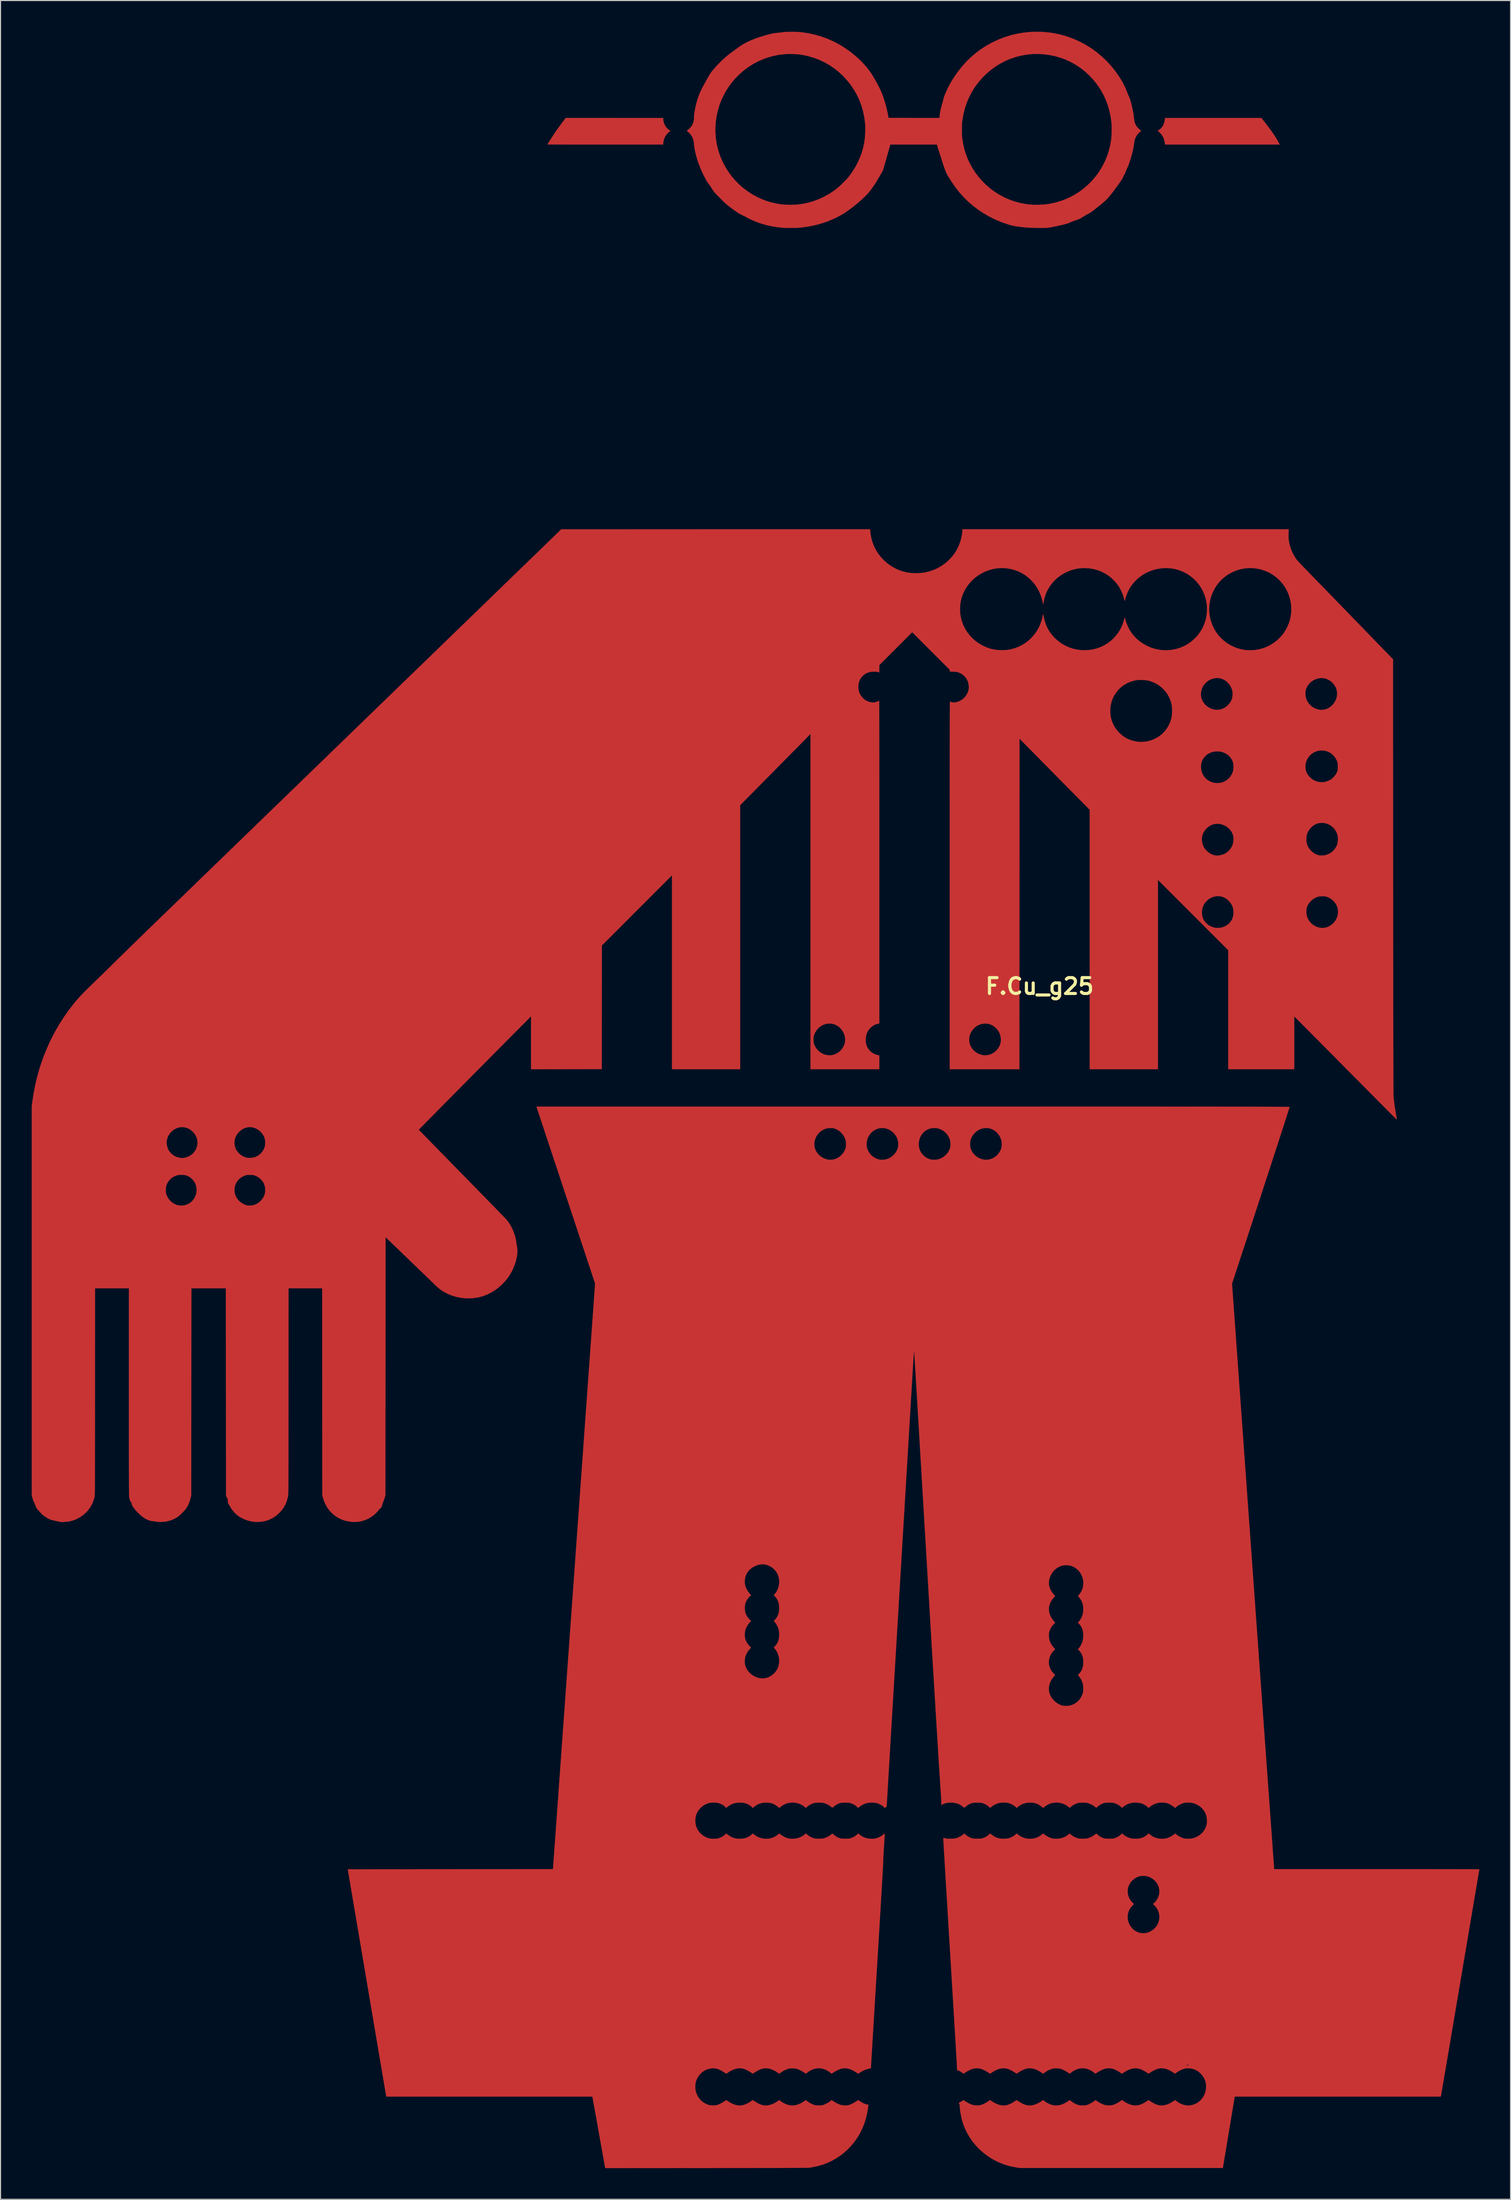
<source format=kicad_pcb>
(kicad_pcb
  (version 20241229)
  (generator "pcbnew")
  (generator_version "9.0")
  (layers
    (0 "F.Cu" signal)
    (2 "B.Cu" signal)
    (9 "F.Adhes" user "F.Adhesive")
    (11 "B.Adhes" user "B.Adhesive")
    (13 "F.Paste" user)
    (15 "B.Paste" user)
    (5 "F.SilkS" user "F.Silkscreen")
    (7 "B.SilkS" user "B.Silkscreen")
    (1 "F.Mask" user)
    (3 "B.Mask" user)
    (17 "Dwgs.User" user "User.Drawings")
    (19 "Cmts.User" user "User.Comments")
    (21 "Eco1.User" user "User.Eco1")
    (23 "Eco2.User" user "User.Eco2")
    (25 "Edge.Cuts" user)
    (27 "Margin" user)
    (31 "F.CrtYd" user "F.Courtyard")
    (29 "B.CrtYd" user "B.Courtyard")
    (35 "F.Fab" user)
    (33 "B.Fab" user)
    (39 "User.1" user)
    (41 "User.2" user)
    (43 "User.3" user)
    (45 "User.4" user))
  (footprint "F.Cu_g25"
    (layer "F.Cu")
    (at 97.034 91.868)
    (property "Reference" "F.Cu_g25" (at 0 0 0) (layer "F.SilkS") (effects (font (size 1.524 1.524) (thickness 0.3))))
    (attr through_hole)
    (fp_poly (pts (xy 21.647 -83.19) (xy 21.911 -82.851) (xy 22.147 -82.537) (xy 22.358 -82.245) (xy 22.546 -81.971) (xy 22.715 -81.712) (xy 22.866 -81.462) (xy 23.002 -81.219) (xy 23.007 -81.211) (xy 23.118 -81.005) (xy 12.071 -81.005) (xy 12.058 -81.148) (xy 12.016 -81.394) (xy 11.938 -81.628) (xy 11.827 -81.844) (xy 11.688 -82.036) (xy 11.632 -82.096) (xy 11.561 -82.166) (xy 11.494 -82.228) (xy 11.441 -82.274) (xy 11.422 -82.289) (xy 11.361 -82.331) (xy 11.462 -82.39) (xy 11.631 -82.513) (xy 11.775 -82.67) (xy 11.893 -82.856) (xy 11.983 -83.069) (xy 12.031 -83.253) (xy 12.048 -83.343) (xy 12.06 -83.426) (xy 12.065 -83.487) (xy 12.065 -83.491) (xy 12.065 -83.566) (xy 21.351 -83.566) (xy 21.647 -83.19)) (stroke (width 0.01) (type solid)) (fill yes) (layer "F.Cu"))
    (fp_poly (pts (xy -36.237 -83.47) (xy -36.22 -83.288) (xy -36.171 -83.101) (xy -36.096 -82.917) (xy -35.997 -82.745) (xy -35.881 -82.592) (xy -35.751 -82.466) (xy -35.647 -82.396) (xy -35.532 -82.33) (xy -35.583 -82.299) (xy -35.647 -82.25) (xy -35.726 -82.177) (xy -35.812 -82.088) (xy -35.896 -81.993) (xy -35.969 -81.901) (xy -36.023 -81.823) (xy -36.031 -81.809) (xy -36.119 -81.623) (xy -36.185 -81.424) (xy -36.225 -81.23) (xy -36.231 -81.174) (xy -36.244 -81.005) (xy -41.807 -81.005) (xy -42.29 -81.005) (xy -42.761 -81.005) (xy -43.219 -81.005) (xy -43.663 -81.006) (xy -44.09 -81.006) (xy -44.499 -81.006) (xy -44.888 -81.007) (xy -45.256 -81.007) (xy -45.6 -81.008) (xy -45.919 -81.009) (xy -46.211 -81.01) (xy -46.475 -81.01) (xy -46.708 -81.011) (xy -46.909 -81.012) (xy -47.076 -81.013) (xy -47.207 -81.014) (xy -47.301 -81.015) (xy -47.356 -81.016) (xy -47.371 -81.017) (xy -47.36 -81.04) (xy -47.329 -81.094) (xy -47.28 -81.174) (xy -47.218 -81.275) (xy -47.144 -81.393) (xy -47.063 -81.521) (xy -46.976 -81.657) (xy -46.888 -81.795) (xy -46.8 -81.929) (xy -46.717 -82.056) (xy -46.64 -82.171) (xy -46.613 -82.211) (xy -46.516 -82.352) (xy -46.403 -82.514) (xy -46.281 -82.685) (xy -46.161 -82.85) (xy -46.05 -82.999) (xy -46.04 -83.013) (xy -45.95 -83.132) (xy -45.866 -83.243) (xy -45.793 -83.341) (xy -45.733 -83.421) (xy -45.692 -83.475) (xy -45.678 -83.494) (xy -45.625 -83.565) (xy -36.237 -83.566) (xy -36.237 -83.47)) (stroke (width 0.01) (type solid)) (fill yes) (layer "F.Cu"))
    (fp_poly (pts (xy 0.327 -91.844) (xy 0.959 -91.784) (xy 1.281 -91.737) (xy 1.834 -91.628) (xy 2.391 -91.481) (xy 2.944 -91.298) (xy 3.485 -91.084) (xy 4.005 -90.84) (xy 4.401 -90.626) (xy 4.943 -90.29) (xy 5.457 -89.922) (xy 5.943 -89.522) (xy 6.402 -89.09) (xy 6.833 -88.626) (xy 7.237 -88.129) (xy 7.299 -88.047) (xy 7.559 -87.685) (xy 7.787 -87.338) (xy 7.986 -87) (xy 8.161 -86.665) (xy 8.314 -86.326) (xy 8.436 -86.013) (xy 8.481 -85.896) (xy 8.531 -85.773) (xy 8.58 -85.661) (xy 8.616 -85.587) (xy 8.662 -85.486) (xy 8.706 -85.373) (xy 8.738 -85.272) (xy 8.741 -85.259) (xy 8.761 -85.178) (xy 8.789 -85.069) (xy 8.821 -84.946) (xy 8.853 -84.822) (xy 8.857 -84.806) (xy 8.911 -84.584) (xy 8.961 -84.351) (xy 9.006 -84.118) (xy 9.043 -83.896) (xy 9.07 -83.696) (xy 9.082 -83.577) (xy 9.107 -83.359) (xy 9.146 -83.173) (xy 9.2 -83.011) (xy 9.273 -82.861) (xy 9.37 -82.716) (xy 9.379 -82.704) (xy 9.439 -82.633) (xy 9.52 -82.552) (xy 9.608 -82.471) (xy 9.693 -82.402) (xy 9.752 -82.361) (xy 9.771 -82.345) (xy 9.766 -82.326) (xy 9.734 -82.295) (xy 9.705 -82.271) (xy 9.51 -82.09) (xy 9.352 -81.888) (xy 9.23 -81.665) (xy 9.145 -81.422) (xy 9.1 -81.178) (xy 9.08 -81.003) (xy 9.06 -80.857) (xy 9.039 -80.727) (xy 9.015 -80.602) (xy 8.985 -80.467) (xy 8.946 -80.31) (xy 8.943 -80.3) (xy 8.881 -80.063) (xy 8.816 -79.828) (xy 8.748 -79.602) (xy 8.681 -79.389) (xy 8.616 -79.194) (xy 8.554 -79.025) (xy 8.498 -78.886) (xy 8.449 -78.782) (xy 8.394 -78.67) (xy 8.338 -78.543) (xy 8.289 -78.422) (xy 8.275 -78.38) (xy 8.241 -78.29) (xy 8.208 -78.211) (xy 8.18 -78.154) (xy 8.168 -78.137) (xy 8.14 -78.096) (xy 8.105 -78.033) (xy 8.069 -77.962) (xy 8.04 -77.896) (xy 8.024 -77.848) (xy 8.022 -77.837) (xy 8.01 -77.804) (xy 7.974 -77.741) (xy 7.918 -77.652) (xy 7.845 -77.542) (xy 7.757 -77.413) (xy 7.657 -77.27) (xy 7.548 -77.116) (xy 7.433 -76.956) (xy 7.313 -76.793) (xy 7.193 -76.632) (xy 7.075 -76.475) (xy 6.961 -76.328) (xy 6.855 -76.193) (xy 6.782 -76.103) (xy 6.691 -75.993) (xy 6.608 -75.896) (xy 6.528 -75.807) (xy 6.446 -75.722) (xy 6.358 -75.637) (xy 6.26 -75.547) (xy 6.146 -75.449) (xy 6.014 -75.339) (xy 5.858 -75.211) (xy 5.673 -75.062) (xy 5.639 -75.035) (xy 5.467 -74.897) (xy 5.324 -74.783) (xy 5.204 -74.689) (xy 5.103 -74.612) (xy 5.016 -74.549) (xy 4.94 -74.496) (xy 4.87 -74.45) (xy 4.8 -74.409) (xy 4.727 -74.368) (xy 4.645 -74.324) (xy 4.645 -74.324) (xy 4.516 -74.254) (xy 4.378 -74.175) (xy 4.244 -74.096) (xy 4.13 -74.025) (xy 4.098 -74.005) (xy 4.007 -73.946) (xy 3.928 -73.899) (xy 3.851 -73.86) (xy 3.765 -73.823) (xy 3.661 -73.785) (xy 3.528 -73.74) (xy 3.505 -73.732) (xy 3.334 -73.674) (xy 3.192 -73.623) (xy 3.066 -73.574) (xy 2.944 -73.522) (xy 2.814 -73.462) (xy 2.783 -73.448) (xy 2.723 -73.425) (xy 2.626 -73.395) (xy 2.498 -73.359) (xy 2.346 -73.32) (xy 2.175 -73.278) (xy 1.991 -73.235) (xy 1.798 -73.191) (xy 1.603 -73.149) (xy 1.411 -73.109) (xy 1.228 -73.073) (xy 1.059 -73.042) (xy 1.016 -73.035) (xy 0.935 -73.021) (xy 0.864 -73.01) (xy 0.799 -73.001) (xy 0.733 -72.994) (xy 0.662 -72.99) (xy 0.581 -72.986) (xy 0.484 -72.985) (xy 0.366 -72.984) (xy 0.222 -72.985) (xy 0.047 -72.986) (xy -0.164 -72.989) (xy -0.201 -72.989) (xy -0.49 -72.993) (xy -0.739 -72.998) (xy -0.952 -73.005) (xy -1.132 -73.013) (xy -1.282 -73.023) (xy -1.406 -73.034) (xy -1.408 -73.034) (xy -1.66 -73.062) (xy -1.877 -73.087) (xy -2.063 -73.111) (xy -2.225 -73.134) (xy -2.369 -73.157) (xy -2.5 -73.182) (xy -2.624 -73.21) (xy -2.748 -73.242) (xy -2.877 -73.278) (xy -3.018 -73.32) (xy -3.1 -73.346) (xy -3.701 -73.554) (xy -4.284 -73.8) (xy -4.849 -74.08) (xy -5.392 -74.394) (xy -5.914 -74.741) (xy -6.41 -75.118) (xy -6.88 -75.524) (xy -7.321 -75.958) (xy -7.732 -76.418) (xy -8.11 -76.903) (xy -8.35 -77.251) (xy -8.475 -77.44) (xy -8.583 -77.606) (xy -8.678 -77.752) (xy -8.76 -77.883) (xy -8.832 -78.004) (xy -8.896 -78.118) (xy -8.954 -78.23) (xy -9.008 -78.345) (xy -9.059 -78.467) (xy -9.111 -78.601) (xy -9.165 -78.751) (xy -9.224 -78.921) (xy -9.288 -79.116) (xy -9.36 -79.34) (xy -9.443 -79.598) (xy -9.485 -79.73) (xy -9.894 -81.005) (xy -14.37 -81.005) (xy -14.412 -80.862) (xy -14.426 -80.814) (xy -14.451 -80.73) (xy -14.484 -80.614) (xy -14.525 -80.471) (xy -14.573 -80.304) (xy -14.625 -80.119) (xy -14.682 -79.919) (xy -14.742 -79.71) (xy -14.765 -79.629) (xy -15.076 -78.539) (xy -15.278 -78.179) (xy -15.489 -77.811) (xy -15.687 -77.48) (xy -15.874 -77.184) (xy -16.052 -76.919) (xy -16.223 -76.682) (xy -16.388 -76.472) (xy -16.55 -76.284) (xy -16.626 -76.202) (xy -16.876 -75.951) (xy -17.15 -75.695) (xy -17.44 -75.439) (xy -17.741 -75.188) (xy -18.046 -74.947) (xy -18.349 -74.72) (xy -18.644 -74.514) (xy -18.923 -74.334) (xy -19.103 -74.227) (xy -19.65 -73.941) (xy -20.218 -73.69) (xy -20.807 -73.475) (xy -21.414 -73.298) (xy -22.038 -73.157) (xy -22.677 -73.055) (xy -23.146 -73.005) (xy -23.23 -73) (xy -23.349 -72.995) (xy -23.495 -72.992) (xy -23.66 -72.989) (xy -23.836 -72.988) (xy -24.015 -72.987) (xy -24.19 -72.987) (xy -24.353 -72.988) (xy -24.496 -72.991) (xy -24.611 -72.994) (xy -24.67 -72.997) (xy -25.228 -73.052) (xy -25.78 -73.141) (xy -26.321 -73.262) (xy -26.848 -73.415) (xy -27.355 -73.599) (xy -27.837 -73.811) (xy -28.258 -74.031) (xy -28.349 -74.081) (xy -28.444 -74.129) (xy -28.524 -74.167) (xy -28.533 -74.171) (xy -28.673 -74.235) (xy -28.818 -74.31) (xy -28.972 -74.4) (xy -29.139 -74.508) (xy -29.325 -74.637) (xy -29.535 -74.789) (xy -29.654 -74.879) (xy -29.796 -74.985) (xy -29.915 -75.077) (xy -30.018 -75.157) (xy -30.11 -75.233) (xy -30.197 -75.308) (xy -30.286 -75.388) (xy -30.381 -75.478) (xy -30.488 -75.583) (xy -30.614 -75.708) (xy -30.763 -75.857) (xy -30.77 -75.865) (xy -30.916 -76.012) (xy -31.036 -76.133) (xy -31.134 -76.234) (xy -31.213 -76.317) (xy -31.277 -76.388) (xy -31.33 -76.45) (xy -31.376 -76.508) (xy -31.417 -76.566) (xy -31.459 -76.63) (xy -31.504 -76.702) (xy -31.54 -76.761) (xy -31.612 -76.875) (xy -31.685 -76.986) (xy -31.753 -77.085) (xy -31.81 -77.162) (xy -31.837 -77.196) (xy -31.92 -77.303) (xy -32.013 -77.445) (xy -32.115 -77.618) (xy -32.222 -77.815) (xy -32.332 -78.032) (xy -32.443 -78.263) (xy -32.553 -78.504) (xy -32.658 -78.748) (xy -32.756 -78.992) (xy -32.846 -79.23) (xy -32.922 -79.453) (xy -32.985 -79.656) (xy -33.045 -79.87) (xy -33.101 -80.09) (xy -33.152 -80.307) (xy -33.196 -80.515) (xy -33.231 -80.708) (xy -33.257 -80.878) (xy -33.271 -81.019) (xy -33.274 -81.091) (xy -33.29 -81.271) (xy -33.336 -81.464) (xy -33.408 -81.657) (xy -33.499 -81.839) (xy -33.607 -81.997) (xy -33.628 -82.022) (xy -33.795 -82.191) (xy -33.938 -82.303) (xy -33.954 -82.318) (xy -33.953 -82.336) (xy -33.93 -82.361) (xy -33.88 -82.401) (xy -33.834 -82.435) (xy -33.658 -82.589) (xy -33.596 -82.666) (xy -31.212 -82.666) (xy -31.21 -82.132) (xy -31.168 -81.599) (xy -31.086 -81.069) (xy -30.964 -80.545) (xy -30.802 -80.029) (xy -30.719 -79.809) (xy -30.496 -79.303) (xy -30.238 -78.818) (xy -29.946 -78.356) (xy -29.621 -77.919) (xy -29.266 -77.508) (xy -28.881 -77.125) (xy -28.469 -76.772) (xy -28.031 -76.449) (xy -27.569 -76.159) (xy -27.084 -75.903) (xy -26.578 -75.683) (xy -26.329 -75.591) (xy -26.062 -75.506) (xy -25.767 -75.426) (xy -25.456 -75.355) (xy -25.143 -75.295) (xy -24.842 -75.249) (xy -24.659 -75.228) (xy -24.546 -75.22) (xy -24.4 -75.214) (xy -24.232 -75.21) (xy -24.052 -75.209) (xy -23.869 -75.209) (xy -23.694 -75.212) (xy -23.536 -75.216) (xy -23.405 -75.223) (xy -23.357 -75.227) (xy -22.813 -75.298) (xy -22.279 -75.41) (xy -21.754 -75.563) (xy -21.242 -75.755) (xy -20.744 -75.987) (xy -20.261 -76.257) (xy -19.794 -76.566) (xy -19.558 -76.741) (xy -19.449 -76.831) (xy -19.318 -76.946) (xy -19.173 -77.08) (xy -19.02 -77.227) (xy -18.865 -77.379) (xy -18.716 -77.531) (xy -18.579 -77.676) (xy -18.46 -77.807) (xy -18.366 -77.918) (xy -18.361 -77.925) (xy -18.051 -78.345) (xy -17.771 -78.789) (xy -17.521 -79.252) (xy -17.305 -79.73) (xy -17.125 -80.217) (xy -16.982 -80.709) (xy -16.882 -81.185) (xy -16.841 -81.468) (xy -16.81 -81.774) (xy -16.79 -82.092) (xy -16.782 -82.37) (xy -7.481 -82.37) (xy -7.479 -82.176) (xy -7.475 -81.995) (xy -7.468 -81.833) (xy -7.459 -81.701) (xy -7.454 -81.65) (xy -7.373 -81.121) (xy -7.259 -80.614) (xy -7.112 -80.124) (xy -6.929 -79.644) (xy -6.763 -79.28) (xy -6.512 -78.81) (xy -6.223 -78.357) (xy -5.9 -77.924) (xy -5.545 -77.514) (xy -5.161 -77.13) (xy -4.751 -76.777) (xy -4.39 -76.505) (xy -3.928 -76.207) (xy -3.446 -75.946) (xy -2.946 -75.722) (xy -2.43 -75.536) (xy -1.901 -75.39) (xy -1.359 -75.283) (xy -0.836 -75.22) (xy -0.75 -75.215) (xy -0.63 -75.211) (xy -0.487 -75.209) (xy -0.328 -75.209) (xy -0.164 -75.21) (xy -0.003 -75.212) (xy 0.146 -75.216) (xy 0.274 -75.221) (xy 0.37 -75.226) (xy 0.381 -75.227) (xy 0.93 -75.298) (xy 1.467 -75.408) (xy 1.99 -75.558) (xy 2.497 -75.745) (xy 2.987 -75.968) (xy 3.458 -76.227) (xy 3.908 -76.521) (xy 4.335 -76.849) (xy 4.737 -77.208) (xy 5.114 -77.6) (xy 5.462 -78.021) (xy 5.751 -78.428) (xy 6.038 -78.899) (xy 6.286 -79.387) (xy 6.496 -79.893) (xy 6.668 -80.418) (xy 6.801 -80.961) (xy 6.891 -81.476) (xy 6.907 -81.622) (xy 6.92 -81.802) (xy 6.93 -82.005) (xy 6.936 -82.223) (xy 6.938 -82.445) (xy 6.937 -82.663) (xy 6.932 -82.867) (xy 6.922 -83.047) (xy 6.913 -83.164) (xy 6.833 -83.73) (xy 6.715 -84.281) (xy 6.559 -84.814) (xy 6.365 -85.328) (xy 6.134 -85.824) (xy 5.866 -86.3) (xy 5.562 -86.754) (xy 5.222 -87.187) (xy 4.847 -87.596) (xy 4.738 -87.704) (xy 4.328 -88.075) (xy 3.895 -88.41) (xy 3.441 -88.708) (xy 2.967 -88.97) (xy 2.474 -89.194) (xy 1.963 -89.379) (xy 1.436 -89.526) (xy 0.931 -89.628) (xy 0.381 -89.698) (xy -0.168 -89.727) (xy -0.713 -89.714) (xy -1.252 -89.66) (xy -1.784 -89.566) (xy -2.306 -89.432) (xy -2.818 -89.258) (xy -3.316 -89.045) (xy -3.799 -88.794) (xy -4.265 -88.503) (xy -4.276 -88.496) (xy -4.709 -88.177) (xy -5.121 -87.825) (xy -5.507 -87.443) (xy -5.863 -87.036) (xy -6.186 -86.607) (xy -6.295 -86.445) (xy -6.579 -85.974) (xy -6.824 -85.49) (xy -7.031 -84.99) (xy -7.2 -84.473) (xy -7.334 -83.937) (xy -7.431 -83.379) (xy -7.454 -83.196) (xy -7.465 -83.079) (xy -7.472 -82.929) (xy -7.478 -82.755) (xy -7.481 -82.565) (xy -7.481 -82.37) (xy -16.782 -82.37) (xy -16.78 -82.41) (xy -16.782 -82.716) (xy -16.796 -82.998) (xy -16.806 -83.111) (xy -16.883 -83.675) (xy -16.999 -84.224) (xy -17.154 -84.757) (xy -17.347 -85.272) (xy -17.579 -85.77) (xy -17.848 -86.248) (xy -18.154 -86.707) (xy -18.496 -87.145) (xy -18.875 -87.562) (xy -18.933 -87.62) (xy -19.339 -87.997) (xy -19.77 -88.339) (xy -20.222 -88.646) (xy -20.695 -88.917) (xy -21.187 -89.15) (xy -21.697 -89.346) (xy -22.223 -89.503) (xy -22.763 -89.621) (xy -23.093 -89.673) (xy -23.265 -89.691) (xy -23.468 -89.706) (xy -23.69 -89.716) (xy -23.921 -89.721) (xy -24.148 -89.722) (xy -24.36 -89.717) (xy -24.546 -89.707) (xy -24.565 -89.706) (xy -25.103 -89.642) (xy -25.633 -89.537) (xy -26.151 -89.393) (xy -26.656 -89.211) (xy -27.146 -88.992) (xy -27.618 -88.737) (xy -28.07 -88.447) (xy -28.501 -88.124) (xy -28.909 -87.769) (xy -29.29 -87.383) (xy -29.644 -86.967) (xy -29.845 -86.698) (xy -30.148 -86.239) (xy -30.414 -85.762) (xy -30.642 -85.271) (xy -30.833 -84.766) (xy -30.985 -84.251) (xy -31.1 -83.728) (xy -31.175 -83.198) (xy -31.212 -82.666) (xy -33.596 -82.666) (xy -33.511 -82.77) (xy -33.398 -82.971) (xy -33.319 -83.188) (xy -33.279 -83.415) (xy -33.274 -83.524) (xy -33.265 -83.74) (xy -33.24 -83.985) (xy -33.2 -84.253) (xy -33.148 -84.533) (xy -33.084 -84.818) (xy -33.011 -85.099) (xy -32.93 -85.367) (xy -32.902 -85.452) (xy -32.832 -85.65) (xy -32.763 -85.833) (xy -32.689 -86.01) (xy -32.609 -86.187) (xy -32.519 -86.373) (xy -32.415 -86.575) (xy -32.294 -86.799) (xy -32.197 -86.974) (xy -32.08 -87.183) (xy -31.981 -87.359) (xy -31.898 -87.506) (xy -31.828 -87.627) (xy -31.768 -87.728) (xy -31.718 -87.811) (xy -31.673 -87.881) (xy -31.631 -87.941) (xy -31.591 -87.996) (xy -31.549 -88.05) (xy -31.503 -88.106) (xy -31.484 -88.129) (xy -31.085 -88.586) (xy -30.673 -89.011) (xy -30.252 -89.401) (xy -29.824 -89.753) (xy -29.411 -90.054) (xy -29.306 -90.127) (xy -29.192 -90.209) (xy -29.086 -90.287) (xy -29.03 -90.329) (xy -28.778 -90.51) (xy -28.489 -90.686) (xy -28.169 -90.858) (xy -27.822 -91.02) (xy -27.455 -91.171) (xy -27.073 -91.309) (xy -27.009 -91.33) (xy -26.683 -91.433) (xy -26.392 -91.52) (xy -26.129 -91.593) (xy -25.89 -91.651) (xy -25.67 -91.697) (xy -25.464 -91.731) (xy -25.267 -91.755) (xy -25.113 -91.768) (xy -24.995 -91.778) (xy -24.867 -91.793) (xy -24.752 -91.811) (xy -24.723 -91.817) (xy -24.632 -91.829) (xy -24.507 -91.84) (xy -24.353 -91.847) (xy -24.177 -91.852) (xy -23.986 -91.854) (xy -23.787 -91.854) (xy -23.588 -91.851) (xy -23.394 -91.845) (xy -23.212 -91.837) (xy -23.05 -91.827) (xy -22.919 -91.814) (xy -22.278 -91.718) (xy -21.653 -91.582) (xy -21.044 -91.408) (xy -20.45 -91.194) (xy -19.874 -90.941) (xy -19.315 -90.65) (xy -18.773 -90.321) (xy -18.249 -89.953) (xy -17.743 -89.547) (xy -17.305 -89.151) (xy -17.163 -89.009) (xy -17.004 -88.84) (xy -16.836 -88.653) (xy -16.668 -88.457) (xy -16.506 -88.26) (xy -16.428 -88.161) (xy -16.315 -88.007) (xy -16.189 -87.82) (xy -16.055 -87.607) (xy -15.916 -87.374) (xy -15.777 -87.129) (xy -15.639 -86.877) (xy -15.508 -86.625) (xy -15.387 -86.381) (xy -15.279 -86.15) (xy -15.188 -85.939) (xy -15.168 -85.89) (xy -15.029 -85.51) (xy -14.898 -85.103) (xy -14.78 -84.68) (xy -14.678 -84.256) (xy -14.595 -83.844) (xy -14.568 -83.682) (xy -14.551 -83.577) (xy -12.094 -83.571) (xy -9.637 -83.566) (xy -9.622 -83.762) (xy -9.604 -83.926) (xy -9.573 -84.121) (xy -9.53 -84.336) (xy -9.478 -84.564) (xy -9.418 -84.793) (xy -9.381 -84.922) (xy -9.342 -85.057) (xy -9.303 -85.197) (xy -9.268 -85.329) (xy -9.239 -85.44) (xy -9.23 -85.482) (xy -9.192 -85.615) (xy -9.133 -85.777) (xy -9.057 -85.963) (xy -8.966 -86.167) (xy -8.862 -86.384) (xy -8.75 -86.606) (xy -8.631 -86.83) (xy -8.508 -87.048) (xy -8.384 -87.256) (xy -8.287 -87.409) (xy -7.913 -87.951) (xy -7.52 -88.455) (xy -7.106 -88.923) (xy -6.672 -89.356) (xy -6.214 -89.756) (xy -5.733 -90.122) (xy -5.227 -90.457) (xy -4.694 -90.761) (xy -4.53 -90.846) (xy -3.957 -91.113) (xy -3.371 -91.339) (xy -2.774 -91.526) (xy -2.167 -91.671) (xy -1.552 -91.776) (xy -0.93 -91.84) (xy -0.303 -91.863) (xy 0.327 -91.844)) (stroke (width 0.01) (type solid)) (fill yes) (layer "F.Cu"))
    (fp_poly (pts (xy 23.966 -43.574) (xy 23.962 -43.403) (xy 23.963 -43.263) (xy 23.967 -43.143) (xy 23.976 -43.031) (xy 23.99 -42.917) (xy 23.992 -42.902) (xy 24.069 -42.502) (xy 24.186 -42.113) (xy 24.34 -41.739) (xy 24.53 -41.384) (xy 24.749 -41.06) (xy 24.796 -41.001) (xy 24.868 -40.918) (xy 24.961 -40.815) (xy 25.07 -40.698) (xy 25.19 -40.571) (xy 25.316 -40.44) (xy 25.389 -40.364) (xy 25.448 -40.304) (xy 25.534 -40.215) (xy 25.648 -40.098) (xy 25.787 -39.956) (xy 25.949 -39.789) (xy 26.134 -39.598) (xy 26.34 -39.386) (xy 26.566 -39.154) (xy 26.811 -38.902) (xy 27.072 -38.634) (xy 27.348 -38.349) (xy 27.639 -38.049) (xy 27.943 -37.737) (xy 28.258 -37.413) (xy 28.583 -37.078) (xy 28.916 -36.735) (xy 29.257 -36.384) (xy 29.603 -36.027) (xy 29.954 -35.666) (xy 29.961 -35.658) (xy 34.025 -31.471) (xy 34.037 -10.523) (xy 34.037 -9.386) (xy 34.038 -8.289) (xy 34.039 -7.234) (xy 34.039 -6.218) (xy 34.04 -5.242) (xy 34.04 -4.304) (xy 34.041 -3.404) (xy 34.042 -2.541) (xy 34.042 -1.714) (xy 34.043 -0.922) (xy 34.043 -0.165) (xy 34.044 0.559) (xy 34.044 1.25) (xy 34.045 1.908) (xy 34.045 2.535) (xy 34.046 3.131) (xy 34.047 3.698) (xy 34.047 4.235) (xy 34.048 4.744) (xy 34.049 5.226) (xy 34.049 5.681) (xy 34.05 6.11) (xy 34.051 6.514) (xy 34.051 6.893) (xy 34.052 7.249) (xy 34.053 7.581) (xy 34.054 7.892) (xy 34.054 8.182) (xy 34.055 8.451) (xy 34.056 8.7) (xy 34.057 8.931) (xy 34.058 9.143) (xy 34.059 9.338) (xy 34.06 9.516) (xy 34.061 9.678) (xy 34.062 9.826) (xy 34.063 9.959) (xy 34.065 10.078) (xy 34.066 10.185) (xy 34.067 10.28) (xy 34.069 10.364) (xy 34.07 10.437) (xy 34.071 10.501) (xy 34.073 10.556) (xy 34.075 10.603) (xy 34.076 10.643) (xy 34.078 10.677) (xy 34.08 10.704) (xy 34.082 10.727) (xy 34.083 10.742) (xy 34.117 11.036) (xy 34.152 11.316) (xy 34.19 11.592) (xy 34.234 11.876) (xy 34.283 12.178) (xy 34.341 12.507) (xy 34.354 12.582) (xy 34.37 12.675) (xy 34.382 12.752) (xy 34.387 12.804) (xy 34.387 12.822) (xy 34.371 12.808) (xy 34.328 12.767) (xy 34.259 12.7) (xy 34.166 12.608) (xy 34.052 12.495) (xy 33.919 12.363) (xy 33.768 12.213) (xy 33.603 12.047) (xy 33.424 11.868) (xy 33.235 11.677) (xy 33.036 11.477) (xy 33.007 11.448) (xy 32.77 11.209) (xy 32.515 10.951) (xy 32.246 10.681) (xy 31.97 10.403) (xy 31.692 10.122) (xy 31.417 9.845) (xy 31.15 9.575) (xy 30.897 9.32) (xy 30.662 9.084) (xy 30.452 8.872) (xy 30.449 8.869) (xy 30.222 8.64) (xy 29.972 8.388) (xy 29.705 8.119) (xy 29.428 7.839) (xy 29.146 7.555) (xy 28.867 7.273) (xy 28.597 7.001) (xy 28.342 6.744) (xy 28.109 6.508) (xy 28.067 6.466) (xy 27.839 6.237) (xy 27.588 5.984) (xy 27.321 5.715) (xy 27.044 5.436) (xy 26.764 5.153) (xy 26.486 4.874) (xy 26.217 4.604) (xy 25.965 4.35) (xy 25.734 4.118) (xy 25.691 4.075) (xy 24.511 2.889) (xy 24.511 5.435) (xy 24.511 7.98) (xy 18.161 7.98) (xy 18.161 -3.477) (xy 14.534 -7.103) (xy 15.621 -7.103) (xy 15.638 -6.855) (xy 15.69 -6.629) (xy 15.778 -6.422) (xy 15.903 -6.231) (xy 16.033 -6.085) (xy 16.118 -6.005) (xy 16.211 -5.928) (xy 16.296 -5.864) (xy 16.341 -5.836) (xy 16.473 -5.77) (xy 16.629 -5.71) (xy 16.792 -5.661) (xy 16.933 -5.63) (xy 17.061 -5.619) (xy 17.21 -5.619) (xy 17.365 -5.631) (xy 17.508 -5.652) (xy 17.603 -5.675) (xy 17.846 -5.77) (xy 18.061 -5.896) (xy 18.246 -6.05) (xy 18.401 -6.229) (xy 18.522 -6.432) (xy 18.608 -6.657) (xy 18.658 -6.9) (xy 18.67 -7.101) (xy 18.666 -7.167) (xy 25.676 -7.167) (xy 25.688 -6.983) (xy 25.717 -6.81) (xy 25.747 -6.699) (xy 25.85 -6.459) (xy 25.986 -6.244) (xy 26.152 -6.056) (xy 26.346 -5.897) (xy 26.565 -5.771) (xy 26.805 -5.678) (xy 27.019 -5.629) (xy 27.166 -5.617) (xy 27.332 -5.623) (xy 27.5 -5.644) (xy 27.65 -5.681) (xy 27.661 -5.684) (xy 27.891 -5.783) (xy 28.1 -5.917) (xy 28.285 -6.081) (xy 28.443 -6.272) (xy 28.57 -6.487) (xy 28.663 -6.722) (xy 28.704 -6.89) (xy 28.721 -7.031) (xy 28.725 -7.192) (xy 28.715 -7.355) (xy 28.693 -7.503) (xy 28.68 -7.556) (xy 28.595 -7.784) (xy 28.474 -7.996) (xy 28.32 -8.188) (xy 28.137 -8.355) (xy 27.93 -8.493) (xy 27.702 -8.598) (xy 27.675 -8.608) (xy 27.597 -8.633) (xy 27.529 -8.65) (xy 27.459 -8.66) (xy 27.373 -8.665) (xy 27.26 -8.667) (xy 27.241 -8.667) (xy 27.068 -8.662) (xy 26.923 -8.646) (xy 26.79 -8.616) (xy 26.657 -8.567) (xy 26.532 -8.51) (xy 26.32 -8.383) (xy 26.131 -8.227) (xy 25.969 -8.046) (xy 25.838 -7.845) (xy 25.742 -7.629) (xy 25.705 -7.5) (xy 25.682 -7.344) (xy 25.676 -7.167) (xy 18.666 -7.167) (xy 18.652 -7.365) (xy 18.595 -7.609) (xy 18.501 -7.837) (xy 18.367 -8.048) (xy 18.204 -8.235) (xy 18.009 -8.403) (xy 17.799 -8.531) (xy 17.577 -8.62) (xy 17.344 -8.668) (xy 17.1 -8.675) (xy 16.886 -8.648) (xy 16.648 -8.583) (xy 16.428 -8.483) (xy 16.225 -8.344) (xy 16.037 -8.17) (xy 15.878 -7.971) (xy 15.756 -7.753) (xy 15.673 -7.518) (xy 15.629 -7.268) (xy 15.621 -7.103) (xy 14.534 -7.103) (xy 11.388 -10.249) (xy 11.388 7.98) (xy 4.826 7.98) (xy 4.825 -4.503) (xy 4.825 -14.058) (xy 15.623 -14.058) (xy 15.648 -13.848) (xy 15.697 -13.656) (xy 15.7 -13.647) (xy 15.76 -13.492) (xy 15.827 -13.359) (xy 15.91 -13.237) (xy 16.015 -13.113) (xy 16.097 -13.028) (xy 16.284 -12.862) (xy 16.478 -12.737) (xy 16.681 -12.649) (xy 16.9 -12.597) (xy 16.912 -12.595) (xy 16.996 -12.584) (xy 17.061 -12.578) (xy 17.12 -12.577) (xy 17.19 -12.583) (xy 17.286 -12.594) (xy 17.289 -12.595) (xy 17.545 -12.648) (xy 17.785 -12.739) (xy 18.007 -12.869) (xy 18.173 -13.003) (xy 18.345 -13.188) (xy 18.482 -13.395) (xy 18.583 -13.622) (xy 18.646 -13.866) (xy 18.67 -14.123) (xy 18.67 -14.15) (xy 18.667 -14.229) (xy 25.678 -14.229) (xy 25.68 -14.068) (xy 25.687 -13.943) (xy 25.7 -13.843) (xy 25.721 -13.75) (xy 25.754 -13.648) (xy 25.754 -13.647) (xy 25.814 -13.492) (xy 25.881 -13.359) (xy 25.964 -13.237) (xy 26.069 -13.113) (xy 26.151 -13.028) (xy 26.337 -12.863) (xy 26.529 -12.739) (xy 26.732 -12.651) (xy 26.951 -12.597) (xy 26.966 -12.595) (xy 27.077 -12.585) (xy 27.212 -12.587) (xy 27.352 -12.597) (xy 27.479 -12.616) (xy 27.528 -12.627) (xy 27.776 -12.712) (xy 28.003 -12.831) (xy 28.204 -12.982) (xy 28.377 -13.162) (xy 28.52 -13.368) (xy 28.629 -13.597) (xy 28.654 -13.668) (xy 28.695 -13.835) (xy 28.718 -14.024) (xy 28.722 -14.221) (xy 28.708 -14.41) (xy 28.683 -14.541) (xy 28.601 -14.786) (xy 28.483 -15.009) (xy 28.332 -15.207) (xy 28.152 -15.379) (xy 27.946 -15.521) (xy 27.716 -15.63) (xy 27.533 -15.688) (xy 27.382 -15.714) (xy 27.211 -15.725) (xy 27.034 -15.72) (xy 26.868 -15.7) (xy 26.733 -15.667) (xy 26.523 -15.577) (xy 26.324 -15.45) (xy 26.142 -15.292) (xy 25.984 -15.108) (xy 25.854 -14.903) (xy 25.783 -14.752) (xy 25.726 -14.583) (xy 25.692 -14.413) (xy 25.678 -14.229) (xy 18.667 -14.229) (xy 18.663 -14.321) (xy 18.639 -14.471) (xy 18.595 -14.617) (xy 18.527 -14.774) (xy 18.516 -14.796) (xy 18.467 -14.888) (xy 18.413 -14.969) (xy 18.347 -15.051) (xy 18.259 -15.145) (xy 18.235 -15.169) (xy 18.147 -15.255) (xy 18.074 -15.319) (xy 18.005 -15.37) (xy 17.928 -15.415) (xy 17.829 -15.465) (xy 17.821 -15.469) (xy 17.627 -15.552) (xy 17.445 -15.607) (xy 17.264 -15.635) (xy 17.109 -15.642) (xy 16.868 -15.622) (xy 16.639 -15.564) (xy 16.421 -15.465) (xy 16.211 -15.325) (xy 16.201 -15.318) (xy 16.034 -15.164) (xy 15.889 -14.983) (xy 15.769 -14.785) (xy 15.683 -14.578) (xy 15.651 -14.462) (xy 15.624 -14.268) (xy 15.623 -14.058) (xy 4.825 -14.058) (xy 4.825 -16.986) (xy 0.739 -21.124) (xy 15.534 -21.124) (xy 15.554 -20.868) (xy 15.612 -20.624) (xy 15.707 -20.397) (xy 15.835 -20.189) (xy 15.993 -20.005) (xy 16.18 -19.846) (xy 16.393 -19.718) (xy 16.628 -19.623) (xy 16.705 -19.601) (xy 16.862 -19.572) (xy 17.041 -19.559) (xy 17.226 -19.562) (xy 17.399 -19.581) (xy 17.492 -19.6) (xy 17.734 -19.683) (xy 17.956 -19.801) (xy 18.154 -19.952) (xy 18.326 -20.132) (xy 18.467 -20.338) (xy 18.575 -20.567) (xy 18.627 -20.734) (xy 18.656 -20.89) (xy 18.67 -21.067) (xy 18.669 -21.202) (xy 25.587 -21.202) (xy 25.593 -20.976) (xy 25.632 -20.762) (xy 25.654 -20.69) (xy 25.732 -20.505) (xy 25.836 -20.335) (xy 25.972 -20.171) (xy 26.033 -20.108) (xy 26.233 -19.936) (xy 26.448 -19.805) (xy 26.679 -19.712) (xy 26.926 -19.659) (xy 27.142 -19.644) (xy 27.26 -19.647) (xy 27.382 -19.658) (xy 27.486 -19.673) (xy 27.502 -19.676) (xy 27.587 -19.7) (xy 27.693 -19.738) (xy 27.805 -19.784) (xy 27.874 -19.816) (xy 27.978 -19.868) (xy 28.059 -19.916) (xy 28.131 -19.968) (xy 28.206 -20.036) (xy 28.276 -20.105) (xy 28.407 -20.247) (xy 28.509 -20.382) (xy 28.59 -20.523) (xy 28.656 -20.675) (xy 28.678 -20.734) (xy 28.693 -20.788) (xy 28.703 -20.846) (xy 28.709 -20.917) (xy 28.711 -21.012) (xy 28.712 -21.135) (xy 28.711 -21.261) (xy 28.709 -21.356) (xy 28.703 -21.429) (xy 28.693 -21.49) (xy 28.677 -21.55) (xy 28.654 -21.619) (xy 28.653 -21.622) (xy 28.553 -21.854) (xy 28.423 -22.059) (xy 28.259 -22.246) (xy 28.11 -22.379) (xy 27.963 -22.481) (xy 27.803 -22.563) (xy 27.684 -22.609) (xy 27.438 -22.675) (xy 27.191 -22.701) (xy 26.949 -22.688) (xy 26.713 -22.639) (xy 26.49 -22.555) (xy 26.282 -22.438) (xy 26.093 -22.29) (xy 25.928 -22.112) (xy 25.789 -21.907) (xy 25.681 -21.677) (xy 25.671 -21.648) (xy 25.613 -21.43) (xy 25.587 -21.202) (xy 18.669 -21.202) (xy 18.668 -21.245) (xy 18.651 -21.409) (xy 18.64 -21.466) (xy 18.565 -21.699) (xy 18.453 -21.913) (xy 18.308 -22.103) (xy 18.131 -22.267) (xy 17.926 -22.401) (xy 17.875 -22.428) (xy 17.68 -22.513) (xy 17.493 -22.569) (xy 17.299 -22.598) (xy 17.109 -22.606) (xy 16.915 -22.599) (xy 16.746 -22.576) (xy 16.586 -22.534) (xy 16.42 -22.469) (xy 16.342 -22.433) (xy 16.234 -22.378) (xy 16.15 -22.328) (xy 16.076 -22.272) (xy 15.997 -22.2) (xy 15.951 -22.154) (xy 15.793 -21.971) (xy 15.675 -21.78) (xy 15.593 -21.574) (xy 15.547 -21.35) (xy 15.534 -21.124) (xy 0.739 -21.124) (xy -1.937 -23.834) (xy -1.942 -7.927) (xy -1.947 7.98) (xy -8.657 7.98) (xy -8.657 5.151) (xy -6.783 5.151) (xy -6.769 5.354) (xy -6.729 5.541) (xy -6.724 5.556) (xy -6.627 5.788) (xy -6.495 5.999) (xy -6.332 6.185) (xy -6.141 6.344) (xy -5.925 6.474) (xy -5.688 6.571) (xy -5.434 6.632) (xy -5.429 6.633) (xy -5.318 6.641) (xy -5.183 6.638) (xy -5.039 6.624) (xy -4.901 6.602) (xy -4.794 6.575) (xy -4.565 6.479) (xy -4.354 6.348) (xy -4.165 6.183) (xy -4.001 5.988) (xy -3.867 5.766) (xy -3.864 5.761) (xy -3.782 5.552) (xy -3.737 5.328) (xy -3.727 5.096) (xy -3.753 4.862) (xy -3.813 4.631) (xy -3.908 4.41) (xy -4 4.255) (xy -4.16 4.054) (xy -4.343 3.887) (xy -4.545 3.756) (xy -4.761 3.66) (xy -4.99 3.602) (xy -5.226 3.582) (xy -5.466 3.601) (xy -5.707 3.66) (xy -5.899 3.738) (xy -6.112 3.862) (xy -6.302 4.021) (xy -6.466 4.209) (xy -6.601 4.422) (xy -6.703 4.656) (xy -6.734 4.753) (xy -6.771 4.945) (xy -6.783 5.151) (xy -8.657 5.151) (xy -8.657 -9.705) (xy -8.657 -10.748) (xy -8.657 -11.75) (xy -8.657 -12.711) (xy -8.657 -13.633) (xy -8.657 -14.515) (xy -8.657 -15.359) (xy -8.657 -16.166) (xy -8.657 -16.936) (xy -8.657 -17.671) (xy -8.656 -18.371) (xy -8.656 -19.037) (xy -8.656 -19.669) (xy -8.656 -20.27) (xy -8.656 -20.838) (xy -8.655 -21.376) (xy -8.655 -21.885) (xy -8.655 -22.364) (xy -8.654 -22.815) (xy -8.654 -23.239) (xy -8.653 -23.636) (xy -8.653 -24.008) (xy -8.652 -24.355) (xy -8.652 -24.677) (xy -8.651 -24.977) (xy -8.65 -25.254) (xy -8.65 -25.51) (xy -8.649 -25.745) (xy -8.648 -25.96) (xy -8.647 -26.156) (xy -8.646 -26.334) (xy -8.645 -26.495) (xy -8.644 -26.638) (xy 6.801 -26.638) (xy 6.804 -26.281) (xy 6.849 -25.933) (xy 6.933 -25.597) (xy 7.057 -25.274) (xy 7.218 -24.968) (xy 7.417 -24.68) (xy 7.652 -24.413) (xy 7.671 -24.394) (xy 7.898 -24.185) (xy 8.13 -24.009) (xy 8.374 -23.863) (xy 8.634 -23.743) (xy 8.917 -23.648) (xy 9.229 -23.573) (xy 9.493 -23.529) (xy 9.563 -23.524) (xy 9.665 -23.522) (xy 9.788 -23.525) (xy 9.922 -23.53) (xy 10.057 -23.538) (xy 10.182 -23.548) (xy 10.287 -23.56) (xy 10.348 -23.569) (xy 10.678 -23.653) (xy 10.997 -23.773) (xy 11.299 -23.926) (xy 11.58 -24.111) (xy 11.834 -24.322) (xy 12.049 -24.549) (xy 12.261 -24.829) (xy 12.434 -25.118) (xy 12.57 -25.421) (xy 12.674 -25.745) (xy 12.704 -25.867) (xy 12.727 -26.007) (xy 12.744 -26.177) (xy 12.754 -26.364) (xy 12.757 -26.557) (xy 12.752 -26.746) (xy 12.74 -26.918) (xy 12.72 -27.063) (xy 12.715 -27.093) (xy 12.622 -27.442) (xy 12.497 -27.764) (xy 12.357 -28.026) (xy 15.535 -28.026) (xy 15.546 -27.88) (xy 15.568 -27.76) (xy 15.649 -27.534) (xy 15.764 -27.327) (xy 15.909 -27.141) (xy 16.079 -26.978) (xy 16.271 -26.841) (xy 16.479 -26.733) (xy 16.7 -26.657) (xy 16.93 -26.614) (xy 17.163 -26.608) (xy 17.396 -26.64) (xy 17.428 -26.648) (xy 17.651 -26.726) (xy 17.863 -26.84) (xy 18.057 -26.986) (xy 18.228 -27.158) (xy 18.371 -27.351) (xy 18.481 -27.561) (xy 18.51 -27.638) (xy 18.549 -27.783) (xy 18.573 -27.951) (xy 18.583 -28.126) (xy 18.581 -28.197) (xy 25.587 -28.197) (xy 25.593 -28.021) (xy 25.615 -27.855) (xy 25.631 -27.786) (xy 25.711 -27.554) (xy 25.825 -27.341) (xy 25.968 -27.151) (xy 26.136 -26.985) (xy 26.325 -26.845) (xy 26.53 -26.735) (xy 26.749 -26.657) (xy 26.977 -26.613) (xy 27.209 -26.606) (xy 27.443 -26.639) (xy 27.479 -26.647) (xy 27.705 -26.725) (xy 27.911 -26.837) (xy 28.095 -26.977) (xy 28.256 -27.142) (xy 28.392 -27.328) (xy 28.501 -27.53) (xy 28.58 -27.744) (xy 28.627 -27.967) (xy 28.642 -28.193) (xy 28.621 -28.42) (xy 28.563 -28.641) (xy 28.498 -28.794) (xy 28.37 -29.006) (xy 28.215 -29.194) (xy 28.036 -29.355) (xy 27.839 -29.485) (xy 27.627 -29.583) (xy 27.406 -29.646) (xy 27.179 -29.67) (xy 27.036 -29.665) (xy 26.783 -29.622) (xy 26.544 -29.543) (xy 26.323 -29.431) (xy 26.123 -29.289) (xy 25.949 -29.12) (xy 25.804 -28.928) (xy 25.691 -28.714) (xy 25.622 -28.512) (xy 25.596 -28.365) (xy 25.587 -28.197) (xy 18.581 -28.197) (xy 18.578 -28.291) (xy 18.564 -28.388) (xy 18.498 -28.626) (xy 18.399 -28.847) (xy 18.271 -29.048) (xy 18.117 -29.226) (xy 17.942 -29.379) (xy 17.748 -29.502) (xy 17.541 -29.594) (xy 17.322 -29.651) (xy 17.097 -29.671) (xy 16.982 -29.665) (xy 16.724 -29.621) (xy 16.483 -29.54) (xy 16.262 -29.424) (xy 16.064 -29.277) (xy 15.891 -29.1) (xy 15.748 -28.897) (xy 15.636 -28.671) (xy 15.569 -28.461) (xy 15.547 -28.332) (xy 15.535 -28.182) (xy 15.535 -28.026) (xy 12.357 -28.026) (xy 12.338 -28.062) (xy 12.145 -28.341) (xy 11.914 -28.602) (xy 11.897 -28.619) (xy 11.634 -28.854) (xy 11.353 -29.053) (xy 11.052 -29.215) (xy 10.728 -29.343) (xy 10.435 -29.425) (xy 10.316 -29.446) (xy 10.166 -29.463) (xy 9.998 -29.475) (xy 9.823 -29.482) (xy 9.653 -29.483) (xy 9.499 -29.477) (xy 9.374 -29.466) (xy 9.023 -29.396) (xy 8.69 -29.288) (xy 8.377 -29.147) (xy 8.086 -28.972) (xy 7.82 -28.768) (xy 7.58 -28.535) (xy 7.368 -28.277) (xy 7.186 -27.994) (xy 7.037 -27.69) (xy 6.922 -27.367) (xy 6.843 -27.027) (xy 6.802 -26.671) (xy 6.801 -26.638) (xy -8.644 -26.638) (xy -8.644 -26.639) (xy -8.643 -26.767) (xy -8.642 -26.881) (xy -8.641 -26.981) (xy -8.639 -27.067) (xy -8.638 -27.141) (xy -8.637 -27.204) (xy -8.635 -27.255) (xy -8.634 -27.297) (xy -8.632 -27.33) (xy -8.63 -27.355) (xy -8.628 -27.373) (xy -8.627 -27.384) (xy -8.625 -27.389) (xy -8.623 -27.39) (xy -8.587 -27.384) (xy -8.524 -27.368) (xy -8.447 -27.346) (xy -8.441 -27.344) (xy -8.358 -27.321) (xy -8.293 -27.311) (xy -8.227 -27.311) (xy -8.14 -27.321) (xy -8.126 -27.323) (xy -7.889 -27.377) (xy -7.664 -27.47) (xy -7.455 -27.597) (xy -7.268 -27.755) (xy -7.108 -27.941) (xy -6.98 -28.15) (xy -6.973 -28.162) (xy -6.901 -28.322) (xy -6.854 -28.465) (xy -6.827 -28.607) (xy -6.816 -28.763) (xy -6.816 -28.809) (xy -6.836 -29.057) (xy -6.894 -29.292) (xy -6.989 -29.512) (xy -7.118 -29.712) (xy -7.278 -29.888) (xy -7.467 -30.036) (xy -7.628 -30.128) (xy -7.747 -30.182) (xy -7.858 -30.222) (xy -7.973 -30.25) (xy -8.102 -30.268) (xy -8.257 -30.28) (xy -8.345 -30.283) (xy -8.657 -30.295) (xy -8.657 -30.47) (xy -10.462 -32.274) (xy -12.266 -34.078) (xy -13.848 -32.496) (xy -15.431 -30.914) (xy -15.431 -30.559) (xy -15.431 -30.442) (xy -15.432 -30.341) (xy -15.434 -30.264) (xy -15.436 -30.216) (xy -15.438 -30.205) (xy -15.461 -30.211) (xy -15.51 -30.228) (xy -15.539 -30.238) (xy -15.624 -30.259) (xy -15.738 -30.275) (xy -15.87 -30.283) (xy -16.006 -30.285) (xy -16.134 -30.279) (xy -16.213 -30.27) (xy -16.415 -30.225) (xy -16.61 -30.158) (xy -16.781 -30.074) (xy -16.888 -29.999) (xy -17.002 -29.899) (xy -17.111 -29.786) (xy -17.203 -29.673) (xy -17.247 -29.608) (xy -17.345 -29.404) (xy -17.414 -29.18) (xy -17.451 -28.946) (xy -17.455 -28.716) (xy -17.446 -28.627) (xy -17.4 -28.392) (xy -17.325 -28.182) (xy -17.217 -27.99) (xy -17.074 -27.808) (xy -17.006 -27.737) (xy -16.909 -27.644) (xy -16.824 -27.575) (xy -16.736 -27.519) (xy -16.657 -27.478) (xy -16.428 -27.382) (xy -16.211 -27.327) (xy -16.004 -27.312) (xy -15.807 -27.337) (xy -15.618 -27.402) (xy -15.58 -27.421) (xy -15.518 -27.45) (xy -15.47 -27.47) (xy -15.452 -27.474) (xy -15.451 -27.457) (xy -15.449 -27.403) (xy -15.448 -27.314) (xy -15.447 -27.189) (xy -15.445 -27.027) (xy -15.444 -26.829) (xy -15.443 -26.594) (xy -15.442 -26.322) (xy -15.441 -26.013) (xy -15.44 -25.666) (xy -15.439 -25.281) (xy -15.438 -24.858) (xy -15.437 -24.397) (xy -15.436 -23.897) (xy -15.435 -23.359) (xy -15.435 -22.782) (xy -15.434 -22.165) (xy -15.433 -21.509) (xy -15.433 -20.813) (xy -15.432 -20.077) (xy -15.432 -19.301) (xy -15.432 -18.485) (xy -15.431 -17.628) (xy -15.431 -16.73) (xy -15.431 -15.79) (xy -15.431 -14.81) (xy -15.431 -13.787) (xy -15.431 -12.723) (xy -15.431 -11.95) (xy -15.431 3.573) (xy -15.52 3.588) (xy -15.743 3.647) (xy -15.955 3.744) (xy -16.153 3.877) (xy -16.332 4.044) (xy -16.487 4.239) (xy -16.597 4.439) (xy -16.678 4.661) (xy -16.728 4.897) (xy -16.746 5.141) (xy -16.731 5.385) (xy -16.683 5.62) (xy -16.638 5.755) (xy -16.533 5.964) (xy -16.395 6.152) (xy -16.226 6.315) (xy -16.031 6.45) (xy -15.814 6.553) (xy -15.58 6.622) (xy -15.562 6.626) (xy -15.431 6.652) (xy -15.431 7.98) (xy -22.056 7.98) (xy -22.056 5.154) (xy -21.768 5.154) (xy -21.767 5.272) (xy -21.761 5.361) (xy -21.751 5.434) (xy -21.732 5.506) (xy -21.709 5.577) (xy -21.61 5.801) (xy -21.475 6.008) (xy -21.309 6.194) (xy -21.117 6.354) (xy -20.904 6.482) (xy -20.739 6.553) (xy -20.523 6.612) (xy -20.296 6.639) (xy -20.069 6.633) (xy -19.853 6.595) (xy -19.78 6.573) (xy -19.557 6.478) (xy -19.354 6.351) (xy -19.173 6.196) (xy -19.018 6.018) (xy -18.892 5.821) (xy -18.797 5.61) (xy -18.737 5.388) (xy -18.715 5.161) (xy -18.719 5.041) (xy -18.76 4.792) (xy -18.836 4.556) (xy -18.946 4.336) (xy -19.085 4.137) (xy -19.251 3.962) (xy -19.441 3.816) (xy -19.65 3.7) (xy -19.876 3.621) (xy -19.939 3.606) (xy -20.096 3.586) (xy -20.272 3.584) (xy -20.452 3.599) (xy -20.606 3.629) (xy -20.838 3.711) (xy -21.055 3.83) (xy -21.252 3.982) (xy -21.424 4.162) (xy -21.565 4.368) (xy -21.612 4.456) (xy -21.68 4.606) (xy -21.726 4.743) (xy -21.754 4.881) (xy -21.767 5.036) (xy -21.768 5.154) (xy -22.056 5.154) (xy -22.056 -8.154) (xy -22.057 -24.289) (xy -22.315 -24.024) (xy -22.396 -23.942) (xy -22.504 -23.831) (xy -22.638 -23.695) (xy -22.796 -23.535) (xy -22.975 -23.353) (xy -23.173 -23.152) (xy -23.389 -22.932) (xy -23.621 -22.698) (xy -23.866 -22.45) (xy -24.122 -22.19) (xy -24.387 -21.921) (xy -24.659 -21.646) (xy -24.936 -21.365) (xy -25.217 -21.081) (xy -25.498 -20.796) (xy -25.778 -20.512) (xy -26.055 -20.232) (xy -26.327 -19.957) (xy -26.592 -19.689) (xy -26.847 -19.431) (xy -27.091 -19.184) (xy -27.321 -18.951) (xy -27.536 -18.734) (xy -27.733 -18.535) (xy -27.911 -18.355) (xy -28.067 -18.198) (xy -28.104 -18.161) (xy -28.829 -17.43) (xy -28.829 7.98) (xy -35.391 7.98) (xy -35.391 -10.679) (xy -38.767 -7.303) (xy -42.143 -3.927) (xy -42.148 2.021) (xy -42.153 7.969) (xy -45.556 7.975) (xy -48.959 7.98) (xy -48.959 5.435) (xy -48.959 2.889) (xy -49.992 3.926) (xy -50.221 4.156) (xy -50.466 4.402) (xy -50.727 4.665) (xy -51.003 4.942) (xy -51.291 5.232) (xy -51.591 5.534) (xy -51.901 5.846) (xy -52.221 6.168) (xy -52.549 6.499) (xy -52.883 6.836) (xy -53.223 7.178) (xy -53.567 7.525) (xy -53.913 7.874) (xy -54.261 8.226) (xy -54.61 8.577) (xy -54.957 8.928) (xy -55.302 9.276) (xy -55.644 9.621) (xy -55.98 9.962) (xy -56.311 10.296) (xy -56.634 10.623) (xy -56.949 10.941) (xy -57.254 11.249) (xy -57.547 11.546) (xy -57.828 11.83) (xy -58.096 12.101) (xy -58.348 12.356) (xy -58.584 12.595) (xy -58.802 12.817) (xy -59.002 13.019) (xy -59.181 13.202) (xy -59.339 13.362) (xy -59.475 13.5) (xy -59.586 13.614) (xy -59.673 13.703) (xy -59.732 13.764) (xy -59.764 13.798) (xy -59.77 13.805) (xy -59.755 13.821) (xy -59.711 13.866) (xy -59.64 13.939) (xy -59.543 14.039) (xy -59.422 14.164) (xy -59.276 14.313) (xy -59.108 14.485) (xy -58.919 14.679) (xy -58.71 14.893) (xy -58.482 15.127) (xy -58.236 15.379) (xy -57.973 15.647) (xy -57.695 15.931) (xy -57.403 16.229) (xy -57.098 16.541) (xy -56.782 16.865) (xy -56.454 17.199) (xy -56.118 17.543) (xy -55.773 17.895) (xy -55.637 18.034) (xy -55.287 18.391) (xy -54.944 18.741) (xy -54.609 19.083) (xy -54.283 19.416) (xy -53.968 19.738) (xy -53.665 20.048) (xy -53.374 20.346) (xy -53.098 20.628) (xy -52.838 20.895) (xy -52.594 21.145) (xy -52.368 21.376) (xy -52.162 21.588) (xy -51.976 21.779) (xy -51.811 21.948) (xy -51.67 22.093) (xy -51.553 22.214) (xy -51.462 22.309) (xy -51.397 22.376) (xy -51.36 22.415) (xy -51.355 22.421) (xy -51.145 22.685) (xy -50.953 22.981) (xy -50.782 23.302) (xy -50.636 23.641) (xy -50.517 23.989) (xy -50.429 24.34) (xy -50.377 24.659) (xy -50.362 24.779) (xy -50.341 24.91) (xy -50.32 25.029) (xy -50.311 25.068) (xy -50.279 25.299) (xy -50.274 25.555) (xy -50.297 25.832) (xy -50.345 26.124) (xy -50.418 26.427) (xy -50.513 26.734) (xy -50.631 27.043) (xy -50.769 27.346) (xy -50.926 27.64) (xy -50.978 27.727) (xy -51.217 28.082) (xy -51.489 28.416) (xy -51.788 28.724) (xy -52.112 29.006) (xy -52.457 29.259) (xy -52.82 29.479) (xy -53.197 29.665) (xy -53.586 29.815) (xy -53.981 29.925) (xy -54.055 29.941) (xy -54.474 30.006) (xy -54.899 30.033) (xy -55.324 30.021) (xy -55.746 29.972) (xy -56.161 29.887) (xy -56.564 29.766) (xy -56.951 29.61) (xy -57.318 29.419) (xy -57.512 29.299) (xy -57.624 29.224) (xy -57.726 29.15) (xy -57.825 29.074) (xy -57.925 28.99) (xy -58.034 28.893) (xy -58.156 28.779) (xy -58.298 28.641) (xy -58.388 28.553) (xy -58.448 28.495) (xy -58.535 28.41) (xy -58.649 28.299) (xy -58.787 28.165) (xy -58.947 28.011) (xy -59.126 27.838) (xy -59.323 27.647) (xy -59.536 27.442) (xy -59.762 27.225) (xy -59.999 26.996) (xy -60.244 26.76) (xy -60.497 26.517) (xy -60.754 26.269) (xy -60.854 26.173) (xy -62.96 24.149) (xy -62.971 36.559) (xy -62.982 48.969) (xy -63.029 49.146) (xy -63.055 49.233) (xy -63.093 49.345) (xy -63.138 49.47) (xy -63.184 49.594) (xy -63.194 49.619) (xy -63.237 49.731) (xy -63.274 49.838) (xy -63.304 49.929) (xy -63.321 49.995) (xy -63.324 50.01) (xy -63.343 50.082) (xy -63.378 50.15) (xy -63.419 50.202) (xy -63.46 50.228) (xy -63.467 50.228) (xy -63.491 50.244) (xy -63.532 50.287) (xy -63.583 50.349) (xy -63.606 50.379) (xy -63.825 50.639) (xy -64.075 50.87) (xy -64.351 51.072) (xy -64.651 51.243) (xy -64.972 51.379) (xy -65.31 51.479) (xy -65.458 51.511) (xy -65.573 51.528) (xy -65.707 51.539) (xy -65.853 51.547) (xy -66 51.549) (xy -66.141 51.547) (xy -66.265 51.539) (xy -66.363 51.527) (xy -66.421 51.513) (xy -66.494 51.491) (xy -66.563 51.479) (xy -66.583 51.478) (xy -66.681 51.467) (xy -66.808 51.439) (xy -66.953 51.396) (xy -67.109 51.341) (xy -67.265 51.278) (xy -67.414 51.209) (xy -67.546 51.139) (xy -67.551 51.136) (xy -67.856 50.932) (xy -68.13 50.699) (xy -68.373 50.44) (xy -68.583 50.153) (xy -68.76 49.839) (xy -68.903 49.501) (xy -69.01 49.149) (xy -69.055 48.969) (xy -69.061 39.015) (xy -69.067 29.062) (xy -72.305 29.062) (xy -72.31 38.963) (xy -72.311 39.736) (xy -72.311 40.468) (xy -72.312 41.159) (xy -72.312 41.812) (xy -72.313 42.428) (xy -72.313 43.006) (xy -72.314 43.55) (xy -72.314 44.059) (xy -72.315 44.534) (xy -72.315 44.978) (xy -72.316 45.391) (xy -72.316 45.775) (xy -72.317 46.13) (xy -72.318 46.457) (xy -72.318 46.759) (xy -72.319 47.035) (xy -72.32 47.287) (xy -72.321 47.517) (xy -72.322 47.724) (xy -72.323 47.912) (xy -72.324 48.08) (xy -72.325 48.23) (xy -72.327 48.363) (xy -72.328 48.48) (xy -72.33 48.583) (xy -72.332 48.671) (xy -72.333 48.748) (xy -72.335 48.813) (xy -72.337 48.868) (xy -72.339 48.914) (xy -72.342 48.953) (xy -72.344 48.984) (xy -72.347 49.01) (xy -72.349 49.032) (xy -72.352 49.051) (xy -72.355 49.064) (xy -72.389 49.217) (xy -72.436 49.386) (xy -72.491 49.558) (xy -72.55 49.721) (xy -72.609 49.86) (xy -72.63 49.904) (xy -72.801 50.198) (xy -73.004 50.471) (xy -73.237 50.719) (xy -73.495 50.94) (xy -73.774 51.131) (xy -74.07 51.288) (xy -74.38 51.408) (xy -74.541 51.453) (xy -74.779 51.503) (xy -75.024 51.536) (xy -75.267 51.551) (xy -75.496 51.549) (xy -75.702 51.529) (xy -75.787 51.514) (xy -75.886 51.492) (xy -75.987 51.471) (xy -76.069 51.454) (xy -76.073 51.453) (xy -76.255 51.406) (xy -76.456 51.334) (xy -76.664 51.244) (xy -76.868 51.14) (xy -77.055 51.027) (xy -77.084 51.008) (xy -77.287 50.852) (xy -77.485 50.668) (xy -77.666 50.464) (xy -77.82 50.253) (xy -77.893 50.133) (xy -77.94 50.05) (xy -77.998 49.951) (xy -78.053 49.858) (xy -78.056 49.853) (xy -78.101 49.775) (xy -78.128 49.717) (xy -78.142 49.663) (xy -78.147 49.596) (xy -78.147 49.529) (xy -78.149 49.443) (xy -78.156 49.38) (xy -78.173 49.323) (xy -78.204 49.257) (xy -78.237 49.196) (xy -78.327 49.033) (xy -78.333 39.047) (xy -78.338 29.062) (xy -81.661 29.062) (xy -81.667 39.015) (xy -81.673 48.969) (xy -81.72 49.18) (xy -81.812 49.521) (xy -81.933 49.834) (xy -82.081 50.116) (xy -82.214 50.314) (xy -82.293 50.41) (xy -82.396 50.523) (xy -82.513 50.644) (xy -82.638 50.765) (xy -82.763 50.88) (xy -82.88 50.981) (xy -82.98 51.059) (xy -83.017 51.085) (xy -83.307 51.251) (xy -83.62 51.382) (xy -83.957 51.477) (xy -84.137 51.513) (xy -84.259 51.529) (xy -84.398 51.54) (xy -84.545 51.547) (xy -84.692 51.548) (xy -84.83 51.545) (xy -84.95 51.537) (xy -85.042 51.525) (xy -85.087 51.513) (xy -85.162 51.493) (xy -85.253 51.48) (xy -85.312 51.477) (xy -85.501 51.459) (xy -85.705 51.406) (xy -85.92 51.32) (xy -86.139 51.203) (xy -86.307 51.093) (xy -86.384 51.033) (xy -86.482 50.951) (xy -86.592 50.855) (xy -86.704 50.751) (xy -86.795 50.662) (xy -86.982 50.469) (xy -87.133 50.295) (xy -87.25 50.138) (xy -87.335 49.996) (xy -87.388 49.866) (xy -87.408 49.78) (xy -87.427 49.706) (xy -87.457 49.651) (xy -87.465 49.642) (xy -87.507 49.592) (xy -87.547 49.525) (xy -87.577 49.458) (xy -87.588 49.409) (xy -87.595 49.369) (xy -87.614 49.306) (xy -87.63 49.26) (xy -87.633 49.251) (xy -87.636 49.241) (xy -87.639 49.229) (xy -87.642 49.214) (xy -87.645 49.195) (xy -87.647 49.17) (xy -87.649 49.139) (xy -87.652 49.1) (xy -87.654 49.052) (xy -87.656 48.995) (xy -87.657 48.926) (xy -87.659 48.845) (xy -87.66 48.75) (xy -87.662 48.641) (xy -87.663 48.517) (xy -87.664 48.375) (xy -87.665 48.216) (xy -87.666 48.038) (xy -87.667 47.839) (xy -87.668 47.62) (xy -87.669 47.377) (xy -87.669 47.112) (xy -87.67 46.821) (xy -87.67 46.505) (xy -87.671 46.161) (xy -87.671 45.79) (xy -87.671 45.389) (xy -87.672 44.958) (xy -87.672 44.496) (xy -87.672 44) (xy -87.672 43.471) (xy -87.672 42.907) (xy -87.672 42.307) (xy -87.672 41.67) (xy -87.672 40.994) (xy -87.672 40.279) (xy -87.672 39.524) (xy -87.672 29.062) (xy -90.932 29.062) (xy -90.938 39.026) (xy -90.938 39.802) (xy -90.939 40.537) (xy -90.939 41.232) (xy -90.939 41.888) (xy -90.94 42.506) (xy -90.94 43.087) (xy -90.941 43.633) (xy -90.941 44.145) (xy -90.942 44.623) (xy -90.942 45.069) (xy -90.943 45.485) (xy -90.944 45.87) (xy -90.944 46.227) (xy -90.945 46.557) (xy -90.946 46.86) (xy -90.946 47.137) (xy -90.947 47.391) (xy -90.948 47.622) (xy -90.949 47.831) (xy -90.95 48.019) (xy -90.952 48.188) (xy -90.953 48.338) (xy -90.954 48.471) (xy -90.956 48.588) (xy -90.957 48.69) (xy -90.959 48.778) (xy -90.961 48.854) (xy -90.962 48.917) (xy -90.964 48.971) (xy -90.967 49.015) (xy -90.969 49.051) (xy -90.971 49.08) (xy -90.974 49.103) (xy -90.976 49.122) (xy -90.979 49.137) (xy -90.981 49.144) (xy -91.086 49.497) (xy -91.22 49.823) (xy -91.386 50.121) (xy -91.585 50.397) (xy -91.777 50.61) (xy -92.051 50.859) (xy -92.345 51.071) (xy -92.657 51.245) (xy -92.987 51.381) (xy -93.332 51.477) (xy -93.502 51.509) (xy -93.603 51.523) (xy -93.724 51.535) (xy -93.854 51.544) (xy -93.982 51.551) (xy -94.098 51.554) (xy -94.192 51.553) (xy -94.245 51.549) (xy -94.299 51.54) (xy -94.376 51.524) (xy -94.446 51.508) (xy -94.519 51.492) (xy -94.621 51.469) (xy -94.739 51.442) (xy -94.86 51.416) (xy -94.88 51.411) (xy -95.033 51.376) (xy -95.157 51.342) (xy -95.262 51.307) (xy -95.359 51.264) (xy -95.461 51.21) (xy -95.578 51.141) (xy -95.771 51.017) (xy -95.927 50.904) (xy -96.046 50.802) (xy -96.097 50.748) (xy -96.141 50.698) (xy -96.206 50.627) (xy -96.281 50.545) (xy -96.346 50.474) (xy -96.448 50.361) (xy -96.524 50.266) (xy -96.581 50.179) (xy -96.626 50.09) (xy -96.664 49.989) (xy -96.665 49.985) (xy -96.706 49.868) (xy -96.737 49.782) (xy -96.764 49.721) (xy -96.787 49.676) (xy -96.799 49.657) (xy -96.837 49.586) (xy -96.879 49.484) (xy -96.921 49.359) (xy -96.962 49.221) (xy -96.983 49.138) (xy -97.029 48.948) (xy -97.028 19.622) (xy -84.124 19.622) (xy -84.122 19.738) (xy -84.117 19.827) (xy -84.104 19.903) (xy -84.084 19.979) (xy -84.066 20.034) (xy -83.964 20.271) (xy -83.829 20.485) (xy -83.664 20.673) (xy -83.473 20.833) (xy -83.259 20.96) (xy -83.026 21.051) (xy -82.987 21.063) (xy -82.852 21.087) (xy -82.694 21.098) (xy -82.527 21.095) (xy -82.365 21.079) (xy -82.225 21.05) (xy -82.191 21.04) (xy -81.952 20.939) (xy -81.743 20.807) (xy -81.564 20.646) (xy -81.414 20.454) (xy -81.303 20.253) (xy -81.215 20.022) (xy -81.167 19.796) (xy -81.162 19.704) (xy -77.509 19.704) (xy -77.477 19.935) (xy -77.408 20.156) (xy -77.396 20.185) (xy -77.281 20.395) (xy -77.131 20.586) (xy -76.952 20.755) (xy -76.749 20.897) (xy -76.528 21.009) (xy -76.293 21.084) (xy -76.274 21.089) (xy -76.2 21.098) (xy -76.099 21.101) (xy -75.983 21.099) (xy -75.868 21.091) (xy -75.766 21.079) (xy -75.715 21.069) (xy -75.487 20.993) (xy -75.272 20.879) (xy -75.076 20.732) (xy -74.903 20.557) (xy -74.759 20.358) (xy -74.687 20.225) (xy -74.615 20.053) (xy -74.571 19.886) (xy -74.552 19.708) (xy -74.549 19.608) (xy -74.559 19.411) (xy -74.591 19.235) (xy -74.648 19.063) (xy -74.7 18.946) (xy -74.749 18.853) (xy -74.802 18.772) (xy -74.868 18.691) (xy -74.956 18.597) (xy -74.969 18.584) (xy -75.117 18.448) (xy -75.263 18.343) (xy -75.42 18.261) (xy -75.576 18.2) (xy -75.64 18.18) (xy -75.7 18.167) (xy -75.766 18.158) (xy -75.849 18.153) (xy -75.957 18.151) (xy -76.041 18.151) (xy -76.166 18.152) (xy -76.258 18.154) (xy -76.329 18.16) (xy -76.387 18.17) (xy -76.443 18.186) (xy -76.507 18.209) (xy -76.53 18.217) (xy -76.763 18.326) (xy -76.966 18.463) (xy -77.142 18.632) (xy -77.282 18.814) (xy -77.391 19.017) (xy -77.466 19.237) (xy -77.505 19.469) (xy -77.509 19.704) (xy -81.162 19.704) (xy -81.156 19.566) (xy -81.173 19.388) (xy -81.219 19.163) (xy -81.289 18.965) (xy -81.388 18.787) (xy -81.52 18.62) (xy -81.586 18.552) (xy -81.725 18.425) (xy -81.864 18.329) (xy -82.018 18.252) (xy -82.148 18.203) (xy -82.268 18.173) (xy -82.416 18.153) (xy -82.578 18.143) (xy -82.741 18.143) (xy -82.889 18.155) (xy -82.977 18.169) (xy -83.206 18.241) (xy -83.421 18.35) (xy -83.615 18.491) (xy -83.785 18.661) (xy -83.924 18.855) (xy -83.976 18.952) (xy -84.044 19.106) (xy -84.089 19.25) (xy -84.114 19.4) (xy -84.124 19.572) (xy -84.124 19.622) (xy -97.028 19.622) (xy -97.028 15.089) (xy -84.045 15.089) (xy -84.023 15.271) (xy -83.979 15.459) (xy -83.915 15.639) (xy -83.837 15.798) (xy -83.698 15.993) (xy -83.528 16.162) (xy -83.332 16.303) (xy -83.114 16.412) (xy -82.881 16.485) (xy -82.74 16.51) (xy -82.659 16.521) (xy -82.601 16.526) (xy -82.55 16.527) (xy -82.492 16.522) (xy -82.412 16.513) (xy -82.384 16.509) (xy -82.14 16.459) (xy -81.914 16.372) (xy -81.708 16.253) (xy -81.526 16.104) (xy -81.37 15.93) (xy -81.243 15.733) (xy -81.149 15.517) (xy -81.09 15.285) (xy -81.069 15.04) (xy -81.069 15.032) (xy -81.075 14.961) (xy -77.51 14.961) (xy -77.508 15.165) (xy -77.48 15.359) (xy -77.473 15.389) (xy -77.411 15.589) (xy -77.329 15.763) (xy -77.219 15.923) (xy -77.089 16.068) (xy -76.894 16.238) (xy -76.684 16.369) (xy -76.462 16.459) (xy -76.228 16.509) (xy -75.981 16.519) (xy -75.725 16.487) (xy -75.675 16.477) (xy -75.451 16.405) (xy -75.243 16.297) (xy -75.053 16.156) (xy -74.887 15.987) (xy -74.75 15.795) (xy -74.645 15.583) (xy -74.591 15.418) (xy -74.563 15.267) (xy -74.551 15.096) (xy -74.553 14.924) (xy -74.57 14.767) (xy -74.58 14.719) (xy -74.653 14.495) (xy -74.76 14.288) (xy -74.896 14.101) (xy -75.057 13.936) (xy -75.24 13.797) (xy -75.439 13.685) (xy -75.65 13.605) (xy -75.87 13.559) (xy -76.094 13.549) (xy -76.315 13.577) (xy -76.542 13.649) (xy -76.757 13.758) (xy -76.955 13.9) (xy -77.131 14.071) (xy -77.28 14.267) (xy -77.398 14.483) (xy -77.439 14.584) (xy -77.487 14.762) (xy -77.51 14.961) (xy -81.075 14.961) (xy -81.09 14.801) (xy -81.15 14.577) (xy -81.245 14.364) (xy -81.372 14.167) (xy -81.528 13.989) (xy -81.708 13.835) (xy -81.91 13.709) (xy -82.13 13.616) (xy -82.225 13.588) (xy -82.451 13.551) (xy -82.676 13.554) (xy -82.897 13.593) (xy -83.109 13.666) (xy -83.308 13.771) (xy -83.492 13.905) (xy -83.655 14.064) (xy -83.796 14.247) (xy -83.909 14.45) (xy -83.992 14.672) (xy -84.04 14.908) (xy -84.042 14.926) (xy -84.045 15.089) (xy -97.028 15.089) (xy -97.028 11.558) (xy -96.975 11.145) (xy -96.843 10.264) (xy -96.671 9.394) (xy -96.461 8.536) (xy -96.212 7.692) (xy -95.926 6.863) (xy -95.604 6.051) (xy -95.245 5.257) (xy -94.851 4.483) (xy -94.422 3.731) (xy -93.959 3.002) (xy -93.463 2.297) (xy -93.063 1.778) (xy -92.944 1.63) (xy -92.83 1.491) (xy -92.719 1.359) (xy -92.607 1.23) (xy -92.493 1.101) (xy -92.374 0.97) (xy -92.245 0.833) (xy -92.106 0.688) (xy -91.953 0.532) (xy -91.782 0.362) (xy -91.593 0.174) (xy -91.381 -0.033) (xy -91.144 -0.263) (xy -90.879 -0.519) (xy -90.858 -0.54) (xy -90.738 -0.656) (xy -90.592 -0.797) (xy -90.424 -0.962) (xy -90.236 -1.144) (xy -90.034 -1.342) (xy -89.822 -1.55) (xy -89.602 -1.766) (xy -89.378 -1.985) (xy -89.156 -2.204) (xy -88.937 -2.419) (xy -88.879 -2.477) (xy -88.704 -2.649) (xy -88.501 -2.848) (xy -88.274 -3.07) (xy -88.026 -3.312) (xy -87.76 -3.572) (xy -87.479 -3.846) (xy -87.186 -4.132) (xy -86.885 -4.426) (xy -86.577 -4.725) (xy -86.267 -5.027) (xy -85.957 -5.328) (xy -85.651 -5.625) (xy -85.351 -5.915) (xy -85.174 -6.087) (xy -84.772 -6.476) (xy -84.35 -6.885) (xy -83.912 -7.309) (xy -83.459 -7.748) (xy -82.993 -8.199) (xy -82.516 -8.661) (xy -82.029 -9.132) (xy -81.536 -9.61) (xy -81.037 -10.093) (xy -80.534 -10.58) (xy -80.031 -11.068) (xy -79.527 -11.555) (xy -79.026 -12.041) (xy -78.529 -12.522) (xy -78.039 -12.997) (xy -77.556 -13.464) (xy -77.083 -13.922) (xy -76.623 -14.368) (xy -76.176 -14.801) (xy -75.745 -15.218) (xy -75.331 -15.618) (xy -74.938 -16) (xy -74.565 -16.361) (xy -74.216 -16.698) (xy -73.893 -17.012) (xy -73.596 -17.299) (xy -73.417 -17.473) (xy -73.163 -17.718) (xy -72.883 -17.989) (xy -72.58 -18.283) (xy -72.257 -18.596) (xy -71.918 -18.925) (xy -71.566 -19.265) (xy -71.205 -19.615) (xy -70.839 -19.97) (xy -70.47 -20.326) (xy -70.104 -20.681) (xy -69.742 -21.032) (xy -69.39 -21.373) (xy -69.049 -21.703) (xy -68.725 -22.017) (xy -68.707 -22.034) (xy -68.182 -22.543) (xy -67.63 -23.077) (xy -67.055 -23.634) (xy -66.459 -24.211) (xy -65.848 -24.803) (xy -65.223 -25.409) (xy -64.589 -26.023) (xy -63.948 -26.643) (xy -63.305 -27.266) (xy -62.663 -27.887) (xy -62.026 -28.505) (xy -61.396 -29.115) (xy -60.777 -29.714) (xy -60.174 -30.298) (xy -59.589 -30.865) (xy -59.025 -31.411) (xy -58.949 -31.485) (xy -58.679 -31.746) (xy -58.384 -32.032) (xy -58.07 -32.336) (xy -57.743 -32.653) (xy -57.408 -32.977) (xy -57.071 -33.304) (xy -56.737 -33.627) (xy -56.413 -33.94) (xy -56.104 -34.24) (xy -55.816 -34.519) (xy -55.626 -34.703) (xy -55.377 -34.944) (xy -55.117 -35.196) (xy -54.85 -35.454) (xy -54.582 -35.714) (xy -54.315 -35.973) (xy -54.054 -36.226) (xy -53.984 -36.293) (xy -7.662 -36.293) (xy -7.642 -35.892) (xy -7.582 -35.501) (xy -7.483 -35.123) (xy -7.347 -34.759) (xy -7.176 -34.411) (xy -6.97 -34.082) (xy -6.732 -33.774) (xy -6.463 -33.488) (xy -6.164 -33.228) (xy -5.837 -32.994) (xy -5.484 -32.79) (xy -5.105 -32.618) (xy -5.083 -32.609) (xy -4.803 -32.51) (xy -4.526 -32.437) (xy -4.243 -32.387) (xy -3.943 -32.359) (xy -3.617 -32.351) (xy -3.535 -32.352) (xy -3.372 -32.356) (xy -3.242 -32.362) (xy -3.133 -32.369) (xy -3.037 -32.38) (xy -2.943 -32.395) (xy -2.842 -32.415) (xy -2.841 -32.415) (xy -2.434 -32.522) (xy -2.047 -32.665) (xy -1.683 -32.844) (xy -1.342 -33.058) (xy -1.024 -33.308) (xy -0.731 -33.591) (xy -0.463 -33.909) (xy -0.276 -34.174) (xy -0.152 -34.383) (xy -0.033 -34.62) (xy 0.075 -34.873) (xy 0.169 -35.13) (xy 0.243 -35.378) (xy 0.286 -35.571) (xy 0.303 -35.662) (xy 0.318 -35.743) (xy 0.33 -35.8) (xy 0.333 -35.814) (xy 0.341 -35.818) (xy 0.353 -35.782) (xy 0.37 -35.706) (xy 0.391 -35.593) (xy 0.393 -35.581) (xy 0.48 -35.189) (xy 0.605 -34.814) (xy 0.768 -34.456) (xy 0.966 -34.118) (xy 1.198 -33.803) (xy 1.464 -33.511) (xy 1.76 -33.244) (xy 2.087 -33.005) (xy 2.416 -32.811) (xy 2.778 -32.641) (xy 3.157 -32.509) (xy 3.546 -32.415) (xy 3.944 -32.359) (xy 4.345 -32.341) (xy 4.745 -32.363) (xy 5.141 -32.423) (xy 5.53 -32.522) (xy 5.822 -32.626) (xy 6.182 -32.793) (xy 6.521 -32.995) (xy 6.836 -33.229) (xy 7.125 -33.492) (xy 7.386 -33.783) (xy 7.616 -34.097) (xy 7.814 -34.434) (xy 7.976 -34.79) (xy 8.101 -35.163) (xy 8.138 -35.306) (xy 8.158 -35.384) (xy 8.176 -35.445) (xy 8.189 -35.479) (xy 8.191 -35.481) (xy 8.203 -35.472) (xy 8.218 -35.43) (xy 8.232 -35.375) (xy 8.296 -35.139) (xy 8.386 -34.885) (xy 8.496 -34.628) (xy 8.62 -34.378) (xy 8.754 -34.149) (xy 8.842 -34.017) (xy 9.09 -33.707) (xy 9.37 -33.423) (xy 9.677 -33.168) (xy 10.009 -32.943) (xy 10.361 -32.751) (xy 10.731 -32.593) (xy 11.116 -32.472) (xy 11.511 -32.389) (xy 11.612 -32.375) (xy 12.023 -32.341) (xy 12.429 -32.348) (xy 12.826 -32.395) (xy 13.212 -32.479) (xy 13.585 -32.601) (xy 13.943 -32.758) (xy 14.282 -32.95) (xy 14.601 -33.175) (xy 14.898 -33.431) (xy 15.17 -33.718) (xy 15.414 -34.035) (xy 15.629 -34.38) (xy 15.729 -34.571) (xy 15.878 -34.923) (xy 15.992 -35.294) (xy 16.07 -35.678) (xy 16.111 -36.069) (xy 16.113 -36.298) (xy 16.321 -36.298) (xy 16.34 -35.899) (xy 16.398 -35.51) (xy 16.493 -35.134) (xy 16.623 -34.772) (xy 16.786 -34.426) (xy 16.982 -34.1) (xy 17.207 -33.794) (xy 17.461 -33.511) (xy 17.742 -33.254) (xy 18.048 -33.023) (xy 18.377 -32.822) (xy 18.728 -32.653) (xy 19.099 -32.517) (xy 19.489 -32.416) (xy 19.792 -32.366) (xy 19.897 -32.356) (xy 20.032 -32.35) (xy 20.186 -32.346) (xy 20.346 -32.346) (xy 20.5 -32.349) (xy 20.637 -32.356) (xy 20.744 -32.365) (xy 21.149 -32.436) (xy 21.538 -32.544) (xy 21.91 -32.689) (xy 22.262 -32.869) (xy 22.593 -33.082) (xy 22.899 -33.326) (xy 23.18 -33.599) (xy 23.432 -33.9) (xy 23.655 -34.227) (xy 23.845 -34.579) (xy 24 -34.953) (xy 24.045 -35.084) (xy 24.148 -35.474) (xy 24.211 -35.866) (xy 24.234 -36.257) (xy 24.219 -36.645) (xy 24.166 -37.027) (xy 24.077 -37.4) (xy 23.953 -37.762) (xy 23.795 -38.11) (xy 23.604 -38.442) (xy 23.382 -38.754) (xy 23.129 -39.045) (xy 22.846 -39.311) (xy 22.535 -39.549) (xy 22.197 -39.758) (xy 22.027 -39.847) (xy 21.652 -40.007) (xy 21.268 -40.126) (xy 20.879 -40.206) (xy 20.486 -40.247) (xy 20.094 -40.248) (xy 19.705 -40.211) (xy 19.321 -40.135) (xy 18.945 -40.022) (xy 18.581 -39.871) (xy 18.231 -39.684) (xy 17.898 -39.46) (xy 17.585 -39.2) (xy 17.55 -39.167) (xy 17.278 -38.883) (xy 17.037 -38.571) (xy 16.827 -38.236) (xy 16.651 -37.88) (xy 16.51 -37.508) (xy 16.408 -37.125) (xy 16.344 -36.733) (xy 16.342 -36.706) (xy 16.321 -36.298) (xy 16.113 -36.298) (xy 16.115 -36.463) (xy 16.081 -36.853) (xy 16.035 -37.117) (xy 15.931 -37.51) (xy 15.789 -37.885) (xy 15.612 -38.241) (xy 15.401 -38.576) (xy 15.159 -38.887) (xy 14.887 -39.172) (xy 14.587 -39.428) (xy 14.262 -39.654) (xy 13.914 -39.848) (xy 13.544 -40.007) (xy 13.375 -40.065) (xy 12.985 -40.168) (xy 12.587 -40.23) (xy 12.184 -40.252) (xy 11.78 -40.234) (xy 11.378 -40.176) (xy 10.981 -40.079) (xy 10.593 -39.942) (xy 10.355 -39.836) (xy 9.996 -39.64) (xy 9.662 -39.413) (xy 9.356 -39.156) (xy 9.08 -38.871) (xy 8.836 -38.561) (xy 8.625 -38.228) (xy 8.45 -37.873) (xy 8.437 -37.843) (xy 8.382 -37.7) (xy 8.328 -37.547) (xy 8.28 -37.396) (xy 8.243 -37.26) (xy 8.222 -37.162) (xy 8.21 -37.114) (xy 8.199 -37.093) (xy 8.197 -37.093) (xy 8.187 -37.117) (xy 8.17 -37.173) (xy 8.148 -37.253) (xy 8.126 -37.337) (xy 8.005 -37.722) (xy 7.849 -38.087) (xy 7.658 -38.43) (xy 7.435 -38.749) (xy 7.182 -39.043) (xy 6.901 -39.31) (xy 6.594 -39.547) (xy 6.264 -39.753) (xy 5.911 -39.926) (xy 5.539 -40.063) (xy 5.149 -40.164) (xy 4.995 -40.193) (xy 4.58 -40.242) (xy 4.171 -40.249) (xy 3.767 -40.215) (xy 3.366 -40.139) (xy 3.04 -40.046) (xy 2.664 -39.901) (xy 2.309 -39.722) (xy 1.977 -39.512) (xy 1.669 -39.271) (xy 1.388 -39.003) (xy 1.136 -38.71) (xy 0.915 -38.394) (xy 0.728 -38.058) (xy 0.576 -37.704) (xy 0.461 -37.333) (xy 0.437 -37.232) (xy 0.414 -37.121) (xy 0.393 -37.012) (xy 0.377 -36.918) (xy 0.369 -36.866) (xy 0.36 -36.802) (xy 0.351 -36.761) (xy 0.346 -36.752) (xy 0.338 -36.775) (xy 0.325 -36.832) (xy 0.307 -36.913) (xy 0.286 -37.012) (xy 0.284 -37.023) (xy 0.183 -37.418) (xy 0.045 -37.797) (xy -0.127 -38.159) (xy -0.334 -38.5) (xy -0.571 -38.817) (xy -0.837 -39.109) (xy -1.13 -39.373) (xy -1.448 -39.606) (xy -1.79 -39.806) (xy -2.006 -39.909) (xy -2.391 -40.056) (xy -2.786 -40.162) (xy -3.188 -40.228) (xy -3.593 -40.252) (xy -3.999 -40.235) (xy -4.404 -40.176) (xy -4.454 -40.165) (xy -4.849 -40.061) (xy -5.229 -39.919) (xy -5.592 -39.741) (xy -5.934 -39.53) (xy -6.253 -39.288) (xy -6.546 -39.017) (xy -6.81 -38.718) (xy -7.043 -38.394) (xy -7.215 -38.1) (xy -7.379 -37.753) (xy -7.503 -37.41) (xy -7.591 -37.062) (xy -7.643 -36.701) (xy -7.662 -36.321) (xy -7.662 -36.293) (xy -53.984 -36.293) (xy -53.802 -36.469) (xy -53.564 -36.7) (xy -53.343 -36.914) (xy -53.143 -37.107) (xy -52.969 -37.276) (xy -52.927 -37.317) (xy -52.758 -37.481) (xy -52.562 -37.67) (xy -52.345 -37.881) (xy -52.109 -38.11) (xy -51.859 -38.352) (xy -51.599 -38.604) (xy -51.333 -38.861) (xy -51.066 -39.12) (xy -50.801 -39.376) (xy -50.543 -39.626) (xy -50.296 -39.866) (xy -50.281 -39.88) (xy -50.026 -40.127) (xy -49.753 -40.392) (xy -49.467 -40.668) (xy -49.175 -40.952) (xy -48.879 -41.238) (xy -48.586 -41.522) (xy -48.3 -41.799) (xy -48.026 -42.065) (xy -47.768 -42.314) (xy -47.533 -42.543) (xy -47.36 -42.71) (xy -46.048 -43.983) (xy -31.185 -43.984) (xy -16.322 -43.984) (xy -16.311 -43.894) (xy -16.303 -43.825) (xy -16.294 -43.735) (xy -16.287 -43.656) (xy -16.268 -43.498) (xy -16.235 -43.314) (xy -16.193 -43.118) (xy -16.145 -42.926) (xy -16.093 -42.75) (xy -16.084 -42.725) (xy -15.929 -42.329) (xy -15.736 -41.951) (xy -15.506 -41.594) (xy -15.239 -41.258) (xy -14.972 -40.978) (xy -14.648 -40.694) (xy -14.302 -40.445) (xy -13.936 -40.233) (xy -13.553 -40.059) (xy -13.153 -39.923) (xy -12.739 -39.826) (xy -12.312 -39.768) (xy -11.91 -39.751) (xy -11.464 -39.771) (xy -11.031 -39.831) (xy -10.611 -39.929) (xy -10.206 -40.065) (xy -9.819 -40.239) (xy -9.451 -40.45) (xy -9.103 -40.696) (xy -8.778 -40.977) (xy -8.666 -41.088) (xy -8.386 -41.4) (xy -8.145 -41.724) (xy -7.941 -42.064) (xy -7.769 -42.426) (xy -7.653 -42.739) (xy -7.591 -42.943) (xy -7.536 -43.158) (xy -7.49 -43.372) (xy -7.456 -43.577) (xy -7.435 -43.761) (xy -7.429 -43.894) (xy -7.429 -43.984) (xy 23.977 -43.984) (xy 23.966 -43.574)) (stroke (width 0.01) (type solid)) (fill yes) (layer "F.Cu"))
    (fp_poly (pts (xy -10.669 11.578) (xy -9.196 11.578) (xy -7.764 11.578) (xy -6.373 11.578) (xy -5.022 11.578) (xy -3.711 11.578) (xy -2.438 11.578) (xy -1.204 11.578) (xy -0.008 11.578) (xy 1.151 11.579) (xy 2.273 11.579) (xy 3.36 11.579) (xy 4.41 11.579) (xy 5.426 11.579) (xy 6.407 11.579) (xy 7.354 11.579) (xy 8.268 11.579) (xy 9.15 11.58) (xy 9.999 11.58) (xy 10.816 11.58) (xy 11.603 11.58) (xy 12.359 11.581) (xy 13.085 11.581) (xy 13.781 11.581) (xy 14.449 11.581) (xy 15.089 11.582) (xy 15.701 11.582) (xy 16.285 11.582) (xy 16.844 11.583) (xy 17.376 11.583) (xy 17.883 11.584) (xy 18.365 11.584) (xy 18.822 11.585) (xy 19.256 11.585) (xy 19.667 11.585) (xy 20.056 11.586) (xy 20.422 11.587) (xy 20.766 11.587) (xy 21.09 11.588) (xy 21.394 11.588) (xy 21.677 11.589) (xy 21.942 11.59) (xy 22.188 11.59) (xy 22.416 11.591) (xy 22.626 11.592) (xy 22.819 11.593) (xy 22.996 11.593) (xy 23.157 11.594) (xy 23.303 11.595) (xy 23.434 11.596) (xy 23.551 11.597) (xy 23.654 11.598) (xy 23.744 11.599) (xy 23.822 11.6) (xy 23.888 11.601) (xy 23.943 11.602) (xy 23.987 11.603) (xy 24.02 11.604) (xy 24.045 11.606) (xy 24.06 11.607) (xy 24.066 11.608) (xy 24.067 11.608) (xy 24.06 11.633) (xy 24.041 11.697) (xy 24.009 11.798) (xy 23.966 11.934) (xy 23.912 12.105) (xy 23.847 12.308) (xy 23.772 12.543) (xy 23.687 12.806) (xy 23.593 13.098) (xy 23.491 13.416) (xy 23.38 13.759) (xy 23.261 14.126) (xy 23.135 14.514) (xy 23.003 14.923) (xy 22.864 15.35) (xy 22.719 15.795) (xy 22.57 16.255) (xy 22.415 16.73) (xy 22.257 17.217) (xy 22.094 17.715) (xy 21.929 18.223) (xy 21.76 18.739) (xy 21.59 19.262) (xy 21.418 19.79) (xy 21.244 20.321) (xy 21.07 20.854) (xy 20.895 21.387) (xy 20.721 21.919) (xy 20.548 22.449) (xy 20.376 22.974) (xy 20.217 23.459) (xy 18.524 28.619) (xy 20.544 56.701) (xy 20.622 57.79) (xy 20.7 58.869) (xy 20.777 59.937) (xy 20.853 60.994) (xy 20.928 62.038) (xy 21.002 63.069) (xy 21.075 64.087) (xy 21.147 65.089) (xy 21.218 66.076) (xy 21.288 67.047) (xy 21.357 68.001) (xy 21.424 68.936) (xy 21.49 69.854) (xy 21.555 70.752) (xy 21.618 71.63) (xy 21.68 72.486) (xy 21.74 73.322) (xy 21.799 74.134) (xy 21.856 74.924) (xy 21.911 75.689) (xy 21.964 76.43) (xy 22.016 77.145) (xy 22.066 77.833) (xy 22.113 78.494) (xy 22.159 79.128) (xy 22.203 79.733) (xy 22.244 80.308) (xy 22.284 80.853) (xy 22.321 81.367) (xy 22.356 81.849) (xy 22.388 82.299) (xy 22.418 82.715) (xy 22.446 83.097) (xy 22.471 83.444) (xy 22.494 83.755) (xy 22.514 84.03) (xy 22.531 84.268) (xy 22.545 84.467) (xy 22.557 84.628) (xy 22.566 84.749) (xy 22.572 84.83) (xy 22.575 84.869) (xy 22.576 84.873) (xy 22.587 84.963) (xy 32.46 84.963) (xy 33.105 84.963) (xy 33.738 84.963) (xy 34.36 84.963) (xy 34.968 84.963) (xy 35.561 84.964) (xy 36.139 84.964) (xy 36.699 84.964) (xy 37.241 84.964) (xy 37.763 84.965) (xy 38.263 84.965) (xy 38.741 84.966) (xy 39.195 84.966) (xy 39.624 84.967) (xy 40.027 84.967) (xy 40.402 84.968) (xy 40.747 84.968) (xy 41.063 84.969) (xy 41.346 84.969) (xy 41.597 84.97) (xy 41.813 84.971) (xy 41.994 84.971) (xy 42.137 84.972) (xy 42.243 84.973) (xy 42.308 84.973) (xy 42.333 84.974) (xy 42.333 84.974) (xy 42.33 84.996) (xy 42.32 85.058) (xy 42.303 85.159) (xy 42.279 85.296) (xy 42.25 85.47) (xy 42.215 85.678) (xy 42.174 85.919) (xy 42.129 86.191) (xy 42.078 86.493) (xy 42.022 86.823) (xy 41.962 87.18) (xy 41.897 87.562) (xy 41.828 87.968) (xy 41.756 88.396) (xy 41.68 88.845) (xy 41.601 89.314) (xy 41.518 89.8) (xy 41.433 90.302) (xy 41.346 90.82) (xy 41.256 91.351) (xy 41.164 91.893) (xy 41.071 92.446) (xy 40.975 93.008) (xy 40.879 93.577) (xy 40.782 94.152) (xy 40.684 94.732) (xy 40.585 95.314) (xy 40.486 95.898) (xy 40.387 96.481) (xy 40.289 97.063) (xy 40.191 97.642) (xy 40.094 98.217) (xy 39.997 98.785) (xy 39.902 99.346) (xy 39.809 99.897) (xy 39.717 100.438) (xy 39.628 100.967) (xy 39.54 101.483) (xy 39.455 101.983) (xy 39.373 102.467) (xy 39.295 102.933) (xy 39.219 103.379) (xy 39.147 103.804) (xy 39.079 104.207) (xy 39.014 104.585) (xy 38.954 104.939) (xy 38.899 105.265) (xy 38.848 105.562) (xy 38.803 105.83) (xy 38.763 106.066) (xy 38.728 106.269) (xy 38.7 106.438) (xy 38.677 106.571) (xy 38.661 106.666) (xy 38.651 106.723) (xy 38.648 106.738) (xy 38.626 106.849) (xy 28.706 106.849) (xy 18.785 106.849) (xy 18.213 110.284) (xy 17.64 113.718) (xy -1.894 113.718) (xy -2.222 113.668) (xy -2.633 113.594) (xy -3.018 113.502) (xy -3.39 113.387) (xy -3.703 113.27) (xy -4.169 113.061) (xy -4.614 112.818) (xy -5.037 112.542) (xy -5.435 112.236) (xy -5.807 111.902) (xy -6.15 111.541) (xy -6.464 111.156) (xy -6.745 110.749) (xy -6.993 110.321) (xy -7.205 109.875) (xy -7.379 109.413) (xy -7.442 109.211) (xy -7.497 109.005) (xy -7.548 108.783) (xy -7.593 108.556) (xy -7.631 108.331) (xy -7.659 108.119) (xy -7.677 107.928) (xy -7.684 107.775) (xy -7.698 107.644) (xy -7.726 107.569) (xy -7.752 107.513) (xy -7.767 107.473) (xy -7.768 107.464) (xy -7.751 107.445) (xy -7.704 107.414) (xy -7.64 107.378) (xy -7.636 107.376) (xy -7.552 107.331) (xy -7.468 107.283) (xy -7.415 107.248) (xy -7.326 107.187) (xy -7.114 107.326) (xy -6.888 107.464) (xy -6.677 107.568) (xy -6.476 107.641) (xy -6.278 107.686) (xy -6.077 107.704) (xy -6.032 107.704) (xy -5.845 107.697) (xy -5.693 107.673) (xy -5.673 107.667) (xy -5.534 107.621) (xy -5.375 107.551) (xy -5.206 107.464) (xy -5.037 107.366) (xy -4.96 107.316) (xy -4.767 107.186) (xy -4.593 107.304) (xy -4.33 107.464) (xy -4.069 107.586) (xy -3.811 107.667) (xy -3.56 107.709) (xy -3.559 107.709) (xy -3.345 107.706) (xy -3.12 107.663) (xy -2.884 107.581) (xy -2.639 107.46) (xy -2.454 107.345) (xy -2.369 107.289) (xy -2.297 107.242) (xy -2.246 107.208) (xy -2.222 107.193) (xy -2.222 107.193) (xy -2.201 107.202) (xy -2.152 107.231) (xy -2.082 107.274) (xy -1.996 107.329) (xy -1.974 107.344) (xy -1.717 107.497) (xy -1.471 107.609) (xy -1.236 107.681) (xy -1.011 107.711) (xy -0.865 107.709) (xy -0.614 107.668) (xy -0.357 107.586) (xy -0.096 107.466) (xy 0.166 107.307) (xy 0.168 107.305) (xy 0.34 107.188) (xy 0.493 107.305) (xy 0.655 107.414) (xy 0.841 107.516) (xy 1.031 107.601) (xy 1.114 107.631) (xy 1.348 107.69) (xy 1.58 107.711) (xy 1.815 107.695) (xy 2.053 107.64) (xy 2.298 107.546) (xy 2.553 107.412) (xy 2.69 107.327) (xy 2.901 107.188) (xy 3.061 107.316) (xy 3.201 107.414) (xy 3.363 107.508) (xy 3.533 107.59) (xy 3.694 107.651) (xy 3.747 107.667) (xy 3.864 107.688) (xy 4.008 107.701) (xy 4.164 107.704) (xy 4.318 107.698) (xy 4.455 107.682) (xy 4.53 107.667) (xy 4.659 107.624) (xy 4.806 107.56) (xy 4.957 107.483) (xy 5.099 107.4) (xy 5.218 107.317) (xy 5.233 107.305) (xy 5.376 107.189) (xy 5.587 107.327) (xy 5.813 107.465) (xy 6.024 107.569) (xy 6.226 107.642) (xy 6.424 107.686) (xy 6.626 107.704) (xy 6.668 107.704) (xy 6.837 107.697) (xy 6.997 107.672) (xy 7.155 107.626) (xy 7.319 107.558) (xy 7.496 107.464) (xy 7.694 107.342) (xy 7.702 107.337) (xy 7.933 107.186) (xy 8.106 107.304) (xy 8.37 107.464) (xy 8.631 107.586) (xy 8.889 107.668) (xy 9.14 107.709) (xy 9.141 107.709) (xy 9.355 107.706) (xy 9.58 107.663) (xy 9.816 107.581) (xy 10.061 107.46) (xy 10.246 107.345) (xy 10.331 107.289) (xy 10.403 107.242) (xy 10.454 107.208) (xy 10.478 107.193) (xy 10.478 107.193) (xy 10.499 107.202) (xy 10.548 107.231) (xy 10.618 107.274) (xy 10.704 107.329) (xy 10.726 107.344) (xy 10.983 107.497) (xy 11.229 107.609) (xy 11.464 107.681) (xy 11.689 107.711) (xy 11.835 107.709) (xy 12.086 107.668) (xy 12.343 107.586) (xy 12.604 107.466) (xy 12.866 107.307) (xy 12.868 107.305) (xy 13.04 107.188) (xy 13.193 107.305) (xy 13.397 107.441) (xy 13.615 107.553) (xy 13.841 107.637) (xy 14.066 107.691) (xy 14.283 107.712) (xy 14.409 107.708) (xy 14.677 107.664) (xy 14.93 107.581) (xy 15.163 107.464) (xy 15.375 107.314) (xy 15.562 107.133) (xy 15.723 106.926) (xy 15.853 106.693) (xy 15.95 106.437) (xy 15.992 106.273) (xy 16.011 106.151) (xy 16.021 106.005) (xy 16.024 105.851) (xy 16.018 105.701) (xy 16.005 105.571) (xy 15.994 105.512) (xy 15.924 105.273) (xy 15.828 105.06) (xy 15.703 104.864) (xy 15.541 104.675) (xy 15.504 104.637) (xy 15.363 104.506) (xy 15.23 104.403) (xy 15.093 104.321) (xy 14.947 104.254) (xy 14.799 104.199) (xy 14.666 104.163) (xy 14.534 104.141) (xy 14.385 104.132) (xy 14.287 104.131) (xy 14.171 104.132) (xy 14.083 104.136) (xy 14.011 104.146) (xy 13.941 104.162) (xy 13.858 104.188) (xy 13.822 104.2) (xy 13.565 104.305) (xy 13.331 104.432) (xy 13.173 104.543) (xy 13.04 104.648) (xy 12.918 104.561) (xy 12.65 104.391) (xy 12.389 104.262) (xy 12.135 104.174) (xy 11.888 104.129) (xy 11.648 104.124) (xy 11.418 104.161) (xy 11.247 104.216) (xy 11.06 104.297) (xy 10.869 104.398) (xy 10.689 104.51) (xy 10.612 104.562) (xy 10.547 104.603) (xy 10.503 104.628) (xy 10.488 104.633) (xy 10.463 104.622) (xy 10.411 104.592) (xy 10.342 104.547) (xy 10.287 104.51) (xy 10.11 104.4) (xy 9.923 104.301) (xy 9.738 104.22) (xy 9.567 104.164) (xy 9.556 104.161) (xy 9.326 104.124) (xy 9.088 104.128) (xy 8.843 104.174) (xy 8.59 104.261) (xy 8.33 104.389) (xy 8.063 104.558) (xy 8.058 104.562) (xy 7.935 104.649) (xy 7.73 104.512) (xy 7.483 104.362) (xy 7.245 104.247) (xy 7.021 104.168) (xy 6.985 104.158) (xy 6.8 104.129) (xy 6.598 104.125) (xy 6.395 104.146) (xy 6.276 104.172) (xy 6.162 104.211) (xy 6.024 104.268) (xy 5.876 104.339) (xy 5.728 104.418) (xy 5.591 104.5) (xy 5.548 104.528) (xy 5.371 104.647) (xy 5.274 104.562) (xy 5.081 104.416) (xy 4.864 104.295) (xy 4.633 104.203) (xy 4.397 104.143) (xy 4.165 104.119) (xy 4.138 104.119) (xy 3.907 104.138) (xy 3.67 104.194) (xy 3.438 104.283) (xy 3.219 104.401) (xy 3.021 104.545) (xy 3.001 104.563) (xy 2.903 104.649) (xy 2.727 104.529) (xy 2.591 104.443) (xy 2.438 104.358) (xy 2.28 104.281) (xy 2.13 104.217) (xy 2 104.171) (xy 1.99 104.169) (xy 1.894 104.148) (xy 1.78 104.136) (xy 1.637 104.131) (xy 1.587 104.131) (xy 1.471 104.132) (xy 1.384 104.136) (xy 1.312 104.146) (xy 1.241 104.162) (xy 1.16 104.188) (xy 1.122 104.2) (xy 0.865 104.305) (xy 0.631 104.432) (xy 0.473 104.543) (xy 0.34 104.648) (xy 0.218 104.561) (xy -0.049 104.392) (xy -0.309 104.263) (xy -0.562 104.176) (xy -0.807 104.129) (xy -1.045 104.124) (xy -1.275 104.16) (xy -1.279 104.161) (xy -1.448 104.215) (xy -1.632 104.294) (xy -1.82 104.392) (xy -1.998 104.502) (xy -2.011 104.51) (xy -2.088 104.562) (xy -2.153 104.603) (xy -2.197 104.628) (xy -2.212 104.633) (xy -2.237 104.622) (xy -2.289 104.592) (xy -2.358 104.547) (xy -2.413 104.51) (xy -2.59 104.4) (xy -2.777 104.301) (xy -2.962 104.22) (xy -3.133 104.164) (xy -3.144 104.161) (xy -3.374 104.124) (xy -3.612 104.128) (xy -3.857 104.174) (xy -4.11 104.261) (xy -4.37 104.389) (xy -4.637 104.558) (xy -4.642 104.562) (xy -4.765 104.649) (xy -4.97 104.512) (xy -5.217 104.362) (xy -5.455 104.247) (xy -5.679 104.168) (xy -5.715 104.158) (xy -5.9 104.129) (xy -6.102 104.125) (xy -6.305 104.146) (xy -6.424 104.172) (xy -6.541 104.211) (xy -6.68 104.27) (xy -6.829 104.342) (xy -6.977 104.421) (xy -7.113 104.503) (xy -7.15 104.528) (xy -7.326 104.649) (xy -7.425 104.565) (xy -7.526 104.493) (xy -7.65 104.42) (xy -7.78 104.357) (xy -7.867 104.323) (xy -7.948 104.295) (xy -7.953 104.106) (xy -7.954 104.075) (xy -7.955 104.038) (xy -7.956 103.996) (xy -7.959 103.946) (xy -7.961 103.887) (xy -7.964 103.842) (xy 14.129 103.842) (xy 14.243 103.843) (xy 14.308 103.843) (xy 14.338 103.838) (xy 14.339 103.825) (xy 14.319 103.801) (xy 14.275 103.766) (xy 14.232 103.766) (xy 14.179 103.801) (xy 14.129 103.842) (xy -7.964 103.842) (xy -7.965 103.82) (xy -7.969 103.741) (xy -7.973 103.651) (xy -7.979 103.549) (xy -7.985 103.432) (xy -7.993 103.301) (xy -8.001 103.154) (xy -8.011 102.991) (xy -8.021 102.809) (xy -8.033 102.608) (xy -8.046 102.387) (xy -8.06 102.145) (xy -8.076 101.881) (xy -8.093 101.593) (xy -8.112 101.281) (xy -8.132 100.944) (xy -8.154 100.58) (xy -8.178 100.189) (xy -8.203 99.769) (xy -8.23 99.319) (xy -8.259 98.839) (xy -8.29 98.326) (xy -8.323 97.781) (xy -8.358 97.202) (xy -8.395 96.588) (xy -8.435 95.938) (xy -8.477 95.251) (xy -8.521 94.525) (xy -8.567 93.761) (xy -8.616 92.956) (xy -8.657 92.276) (xy -8.709 91.428) (xy -8.758 90.622) (xy -8.804 89.856) (xy -8.818 89.631) (xy 8.472 89.631) (xy 8.502 89.871) (xy 8.569 90.105) (xy 8.671 90.329) (xy 8.805 90.535) (xy 8.969 90.719) (xy 9.053 90.794) (xy 9.259 90.938) (xy 9.478 91.042) (xy 9.709 91.105) (xy 9.952 91.129) (xy 10.205 91.111) (xy 10.329 91.088) (xy 10.542 91.021) (xy 10.748 90.916) (xy 10.941 90.78) (xy 11.116 90.618) (xy 11.265 90.435) (xy 11.382 90.237) (xy 11.418 90.157) (xy 11.494 89.915) (xy 11.529 89.667) (xy 11.525 89.416) (xy 11.482 89.17) (xy 11.399 88.932) (xy 11.334 88.803) (xy 11.284 88.725) (xy 11.215 88.633) (xy 11.136 88.539) (xy 11.088 88.486) (xy 10.921 88.313) (xy 11.015 88.236) (xy 11.137 88.115) (xy 11.253 87.963) (xy 11.355 87.79) (xy 11.438 87.608) (xy 11.495 87.426) (xy 11.502 87.393) (xy 11.531 87.152) (xy 11.519 86.915) (xy 11.469 86.686) (xy 11.382 86.468) (xy 11.261 86.265) (xy 11.108 86.082) (xy 10.924 85.923) (xy 10.712 85.791) (xy 10.548 85.713) (xy 10.399 85.659) (xy 10.251 85.627) (xy 10.088 85.612) (xy 9.97 85.61) (xy 9.848 85.612) (xy 9.755 85.617) (xy 9.68 85.628) (xy 9.607 85.645) (xy 9.54 85.666) (xy 9.312 85.763) (xy 9.102 85.896) (xy 8.914 86.059) (xy 8.754 86.247) (xy 8.626 86.457) (xy 8.569 86.584) (xy 8.502 86.815) (xy 8.474 87.05) (xy 8.485 87.287) (xy 8.535 87.519) (xy 8.621 87.742) (xy 8.742 87.952) (xy 8.898 88.145) (xy 8.989 88.233) (xy 9.083 88.318) (xy 8.927 88.477) (xy 8.762 88.669) (xy 8.636 88.872) (xy 8.546 89.091) (xy 8.49 89.332) (xy 8.482 89.392) (xy 8.472 89.631) (xy -8.818 89.631) (xy -8.848 89.131) (xy -8.889 88.446) (xy -8.929 87.799) (xy -8.965 87.19) (xy -9 86.62) (xy -9.032 86.086) (xy -9.062 85.588) (xy -9.09 85.126) (xy -9.115 84.699) (xy -9.139 84.306) (xy -9.16 83.947) (xy -9.18 83.621) (xy -9.197 83.327) (xy -9.213 83.064) (xy -9.226 82.833) (xy -9.238 82.632) (xy -9.248 82.46) (xy -9.256 82.317) (xy -9.262 82.203) (xy -9.267 82.116) (xy -9.27 82.056) (xy -9.271 82.023) (xy -9.271 82.018) (xy -9.269 81.987) (xy -9.26 81.968) (xy -9.237 81.961) (xy -9.193 81.966) (xy -9.121 81.983) (xy -9.018 82.01) (xy -8.919 82.028) (xy -8.789 82.038) (xy -8.639 82.041) (xy -8.481 82.038) (xy -8.325 82.028) (xy -8.181 82.012) (xy -8.061 81.99) (xy -8.026 81.981) (xy -7.857 81.92) (xy -7.685 81.84) (xy -7.524 81.747) (xy -7.415 81.669) (xy -7.351 81.618) (xy -7.298 81.576) (xy -7.267 81.551) (xy -7.265 81.549) (xy -7.241 81.549) (xy -7.199 81.574) (xy -7.135 81.628) (xy -7.092 81.668) (xy -6.909 81.811) (xy -6.698 81.923) (xy -6.498 81.993) (xy -6.434 82.008) (xy -6.362 82.019) (xy -6.275 82.026) (xy -6.163 82.03) (xy -6.019 82.031) (xy -5.99 82.031) (xy -5.855 82.031) (xy -5.754 82.029) (xy -5.677 82.025) (xy -5.614 82.017) (xy -5.558 82.006) (xy -5.498 81.988) (xy -5.427 81.964) (xy -5.424 81.963) (xy -5.229 81.882) (xy -5.057 81.784) (xy -4.915 81.674) (xy -4.87 81.629) (xy -4.822 81.579) (xy -4.786 81.544) (xy -4.772 81.534) (xy -4.751 81.546) (xy -4.706 81.579) (xy -4.645 81.627) (xy -4.618 81.647) (xy -4.407 81.796) (xy -4.19 81.908) (xy -3.96 81.985) (xy -3.714 82.028) (xy -3.444 82.039) (xy -3.36 82.036) (xy -3.176 82.022) (xy -3.023 81.998) (xy -2.953 81.981) (xy -2.785 81.921) (xy -2.621 81.843) (xy -2.472 81.754) (xy -2.351 81.661) (xy -2.337 81.648) (xy -2.28 81.594) (xy -2.235 81.554) (xy -2.211 81.535) (xy -2.209 81.534) (xy -2.189 81.547) (xy -2.146 81.58) (xy -2.087 81.627) (xy -2.074 81.639) (xy -1.856 81.794) (xy -1.622 81.911) (xy -1.369 81.991) (xy -1.097 82.034) (xy -0.902 82.042) (xy -0.636 82.023) (xy -0.385 81.967) (xy -0.148 81.87) (xy 0.08 81.734) (xy 0.183 81.657) (xy 0.273 81.589) (xy 0.335 81.552) (xy 0.369 81.546) (xy 0.371 81.547) (xy 0.399 81.569) (xy 0.45 81.609) (xy 0.512 81.66) (xy 0.521 81.667) (xy 0.598 81.724) (xy 0.697 81.787) (xy 0.8 81.845) (xy 0.836 81.863) (xy 1.038 81.951) (xy 1.232 82.008) (xy 1.434 82.036) (xy 1.592 82.042) (xy 1.877 82.024) (xy 2.143 81.969) (xy 2.39 81.877) (xy 2.622 81.746) (xy 2.796 81.615) (xy 2.899 81.528) (xy 3.023 81.644) (xy 3.16 81.751) (xy 3.326 81.85) (xy 3.508 81.933) (xy 3.652 81.983) (xy 3.725 82.002) (xy 3.793 82.016) (xy 3.868 82.024) (xy 3.959 82.029) (xy 4.077 82.031) (xy 4.159 82.031) (xy 4.297 82.031) (xy 4.402 82.027) (xy 4.485 82.021) (xy 4.556 82.01) (xy 4.625 81.994) (xy 4.663 81.984) (xy 4.84 81.921) (xy 5.018 81.838) (xy 5.182 81.743) (xy 5.285 81.669) (xy 5.349 81.618) (xy 5.402 81.576) (xy 5.433 81.551) (xy 5.435 81.549) (xy 5.459 81.549) (xy 5.501 81.574) (xy 5.565 81.628) (xy 5.608 81.668) (xy 5.791 81.811) (xy 6.002 81.923) (xy 6.202 81.993) (xy 6.266 82.008) (xy 6.338 82.019) (xy 6.425 82.026) (xy 6.537 82.03) (xy 6.681 82.031) (xy 6.71 82.031) (xy 6.845 82.031) (xy 6.946 82.029) (xy 7.023 82.025) (xy 7.086 82.017) (xy 7.142 82.006) (xy 7.202 81.988) (xy 7.273 81.964) (xy 7.276 81.963) (xy 7.471 81.882) (xy 7.643 81.784) (xy 7.785 81.674) (xy 7.83 81.629) (xy 7.878 81.579) (xy 7.914 81.544) (xy 7.928 81.534) (xy 7.949 81.546) (xy 7.994 81.579) (xy 8.055 81.627) (xy 8.082 81.647) (xy 8.293 81.796) (xy 8.51 81.908) (xy 8.74 81.985) (xy 8.986 82.028) (xy 9.256 82.039) (xy 9.34 82.036) (xy 9.536 82.02) (xy 9.706 81.99) (xy 9.867 81.941) (xy 10.004 81.885) (xy 10.093 81.839) (xy 10.188 81.78) (xy 10.28 81.717) (xy 10.358 81.656) (xy 10.413 81.603) (xy 10.427 81.586) (xy 10.458 81.548) (xy 10.48 81.534) (xy 10.505 81.547) (xy 10.552 81.58) (xy 10.614 81.629) (xy 10.638 81.648) (xy 10.854 81.8) (xy 11.086 81.915) (xy 11.337 81.993) (xy 11.608 82.034) (xy 11.798 82.042) (xy 12.064 82.023) (xy 12.315 81.967) (xy 12.552 81.87) (xy 12.78 81.734) (xy 12.883 81.657) (xy 12.973 81.589) (xy 13.035 81.552) (xy 13.069 81.546) (xy 13.071 81.547) (xy 13.099 81.569) (xy 13.15 81.609) (xy 13.212 81.66) (xy 13.221 81.667) (xy 13.352 81.76) (xy 13.511 81.849) (xy 13.681 81.927) (xy 13.847 81.987) (xy 13.905 82.002) (xy 13.99 82.022) (xy 14.067 82.034) (xy 14.15 82.039) (xy 14.251 82.039) (xy 14.36 82.036) (xy 14.54 82.025) (xy 14.693 82.004) (xy 14.832 81.971) (xy 14.97 81.922) (xy 15.085 81.872) (xy 15.332 81.736) (xy 15.548 81.572) (xy 15.733 81.381) (xy 15.884 81.163) (xy 16.001 80.921) (xy 16.068 80.719) (xy 16.091 80.616) (xy 16.105 80.51) (xy 16.112 80.386) (xy 16.113 80.296) (xy 16.094 80.021) (xy 16.036 79.765) (xy 15.94 79.526) (xy 15.805 79.304) (xy 15.632 79.101) (xy 15.586 79.056) (xy 15.452 78.939) (xy 15.318 78.844) (xy 15.168 78.759) (xy 15.085 78.719) (xy 14.937 78.656) (xy 14.798 78.611) (xy 14.654 78.581) (xy 14.493 78.563) (xy 14.361 78.556) (xy 14.236 78.552) (xy 14.14 78.552) (xy 14.061 78.558) (xy 13.985 78.571) (xy 13.906 78.589) (xy 13.737 78.642) (xy 13.566 78.714) (xy 13.401 78.8) (xy 13.255 78.894) (xy 13.136 78.991) (xy 13.106 79.022) (xy 13.056 79.075) (xy 12.894 78.944) (xy 12.669 78.787) (xy 12.433 78.666) (xy 12.287 78.613) (xy 12.171 78.586) (xy 12.026 78.566) (xy 11.868 78.554) (xy 11.709 78.551) (xy 11.563 78.558) (xy 11.481 78.569) (xy 11.239 78.627) (xy 11.005 78.716) (xy 10.791 78.832) (xy 10.605 78.969) (xy 10.595 78.978) (xy 10.49 79.071) (xy 10.382 78.964) (xy 10.215 78.827) (xy 10.02 78.716) (xy 9.803 78.632) (xy 9.569 78.577) (xy 9.324 78.551) (xy 9.075 78.554) (xy 8.827 78.589) (xy 8.587 78.656) (xy 8.577 78.66) (xy 8.423 78.727) (xy 8.26 78.818) (xy 8.106 78.923) (xy 8.014 78.997) (xy 7.932 79.069) (xy 7.803 78.94) (xy 7.67 78.829) (xy 7.507 78.73) (xy 7.327 78.647) (xy 7.176 78.597) (xy 7.077 78.579) (xy 6.949 78.566) (xy 6.801 78.559) (xy 6.645 78.558) (xy 6.492 78.563) (xy 6.353 78.574) (xy 6.241 78.59) (xy 6.202 78.599) (xy 5.968 78.684) (xy 5.762 78.8) (xy 5.608 78.924) (xy 5.544 78.985) (xy 5.499 79.024) (xy 5.462 79.04) (xy 5.425 79.032) (xy 5.377 79.001) (xy 5.309 78.946) (xy 5.269 78.913) (xy 5.139 78.822) (xy 4.983 78.735) (xy 4.813 78.66) (xy 4.663 78.608) (xy 4.591 78.589) (xy 4.523 78.576) (xy 4.447 78.567) (xy 4.354 78.562) (xy 4.235 78.56) (xy 4.159 78.56) (xy 4.022 78.561) (xy 3.917 78.564) (xy 3.834 78.571) (xy 3.763 78.581) (xy 3.694 78.597) (xy 3.652 78.609) (xy 3.465 78.676) (xy 3.285 78.764) (xy 3.125 78.867) (xy 3.025 78.95) (xy 2.902 79.068) (xy 2.811 78.988) (xy 2.6 78.831) (xy 2.369 78.707) (xy 2.124 78.618) (xy 1.868 78.564) (xy 1.608 78.547) (xy 1.348 78.566) (xy 1.095 78.622) (xy 0.87 78.709) (xy 0.754 78.77) (xy 0.636 78.842) (xy 0.528 78.917) (xy 0.44 78.988) (xy 0.406 79.022) (xy 0.356 79.075) (xy 0.194 78.944) (xy -0.013 78.796) (xy -0.219 78.685) (xy -0.433 78.61) (xy -0.662 78.567) (xy -0.81 78.555) (xy -1.099 78.559) (xy -1.367 78.6) (xy -1.617 78.678) (xy -1.85 78.794) (xy -2.066 78.948) (xy -2.087 78.964) (xy -2.22 79.078) (xy -2.265 79.015) (xy -2.339 78.936) (xy -2.445 78.853) (xy -2.576 78.772) (xy -2.724 78.698) (xy -2.879 78.635) (xy -2.958 78.61) (xy -3.075 78.584) (xy -3.22 78.565) (xy -3.38 78.554) (xy -3.542 78.552) (xy -3.691 78.559) (xy -3.784 78.57) (xy -4.031 78.63) (xy -4.274 78.727) (xy -4.501 78.856) (xy -4.686 78.997) (xy -4.768 79.069) (xy -4.897 78.941) (xy -5.063 78.806) (xy -5.263 78.694) (xy -5.482 78.61) (xy -5.547 78.591) (xy -5.607 78.578) (xy -5.673 78.569) (xy -5.752 78.563) (xy -5.855 78.561) (xy -5.991 78.56) (xy -6.001 78.56) (xy -6.151 78.562) (xy -6.268 78.566) (xy -6.36 78.573) (xy -6.435 78.584) (xy -6.498 78.599) (xy -6.733 78.684) (xy -6.939 78.8) (xy -7.092 78.924) (xy -7.156 78.985) (xy -7.201 79.024) (xy -7.238 79.04) (xy -7.275 79.032) (xy -7.323 79.001) (xy -7.391 78.946) (xy -7.431 78.913) (xy -7.635 78.774) (xy -7.863 78.668) (xy -8.113 78.596) (xy -8.381 78.558) (xy -8.43 78.555) (xy -8.605 78.554) (xy -8.78 78.567) (xy -8.948 78.591) (xy -9.101 78.625) (xy -9.232 78.668) (xy -9.333 78.718) (xy -9.378 78.752) (xy -9.418 78.786) (xy -9.445 78.803) (xy -9.447 78.803) (xy -9.453 78.784) (xy -9.457 78.73) (xy -9.46 78.651) (xy -9.461 78.564) (xy -9.463 78.495) (xy -9.467 78.389) (xy -9.474 78.252) (xy -9.482 78.087) (xy -9.493 77.901) (xy -9.505 77.698) (xy -9.519 77.484) (xy -9.533 77.264) (xy -9.536 77.225) (xy -9.553 76.967) (xy -9.571 76.702) (xy -9.589 76.428) (xy -9.607 76.144) (xy -9.626 75.85) (xy -9.646 75.544) (xy -9.667 75.225) (xy -9.688 74.892) (xy -9.71 74.545) (xy -9.733 74.182) (xy -9.756 73.802) (xy -9.781 73.405) (xy -9.807 72.988) (xy -9.834 72.552) (xy -9.862 72.095) (xy -9.891 71.617) (xy -9.922 71.115) (xy -9.954 70.59) (xy -9.987 70.04) (xy -10.022 69.464) (xy -10.059 68.862) (xy -10.097 68.231) (xy -10.136 67.572) (xy -10.178 66.882) (xy -10.221 66.162) (xy -10.266 65.41) (xy -10.285 65.093) (xy 0.891 65.093) (xy 0.894 65.189) (xy 0.905 65.277) (xy 0.925 65.372) (xy 0.928 65.384) (xy 1.006 65.623) (xy 1.116 65.837) (xy 1.263 66.033) (xy 1.327 66.102) (xy 1.5 66.281) (xy 1.394 66.396) (xy 1.215 66.619) (xy 1.075 66.853) (xy 0.973 67.097) (xy 0.912 67.346) (xy 0.895 67.502) (xy 0.899 67.758) (xy 0.943 68.001) (xy 1.026 68.232) (xy 1.15 68.453) (xy 1.315 68.664) (xy 1.406 68.761) (xy 1.614 68.941) (xy 1.834 69.081) (xy 2.069 69.181) (xy 2.233 69.226) (xy 2.366 69.246) (xy 2.523 69.254) (xy 2.684 69.251) (xy 2.831 69.236) (xy 2.886 69.226) (xy 3.142 69.151) (xy 3.377 69.04) (xy 3.589 68.895) (xy 3.776 68.719) (xy 3.935 68.513) (xy 4.064 68.28) (xy 4.152 68.051) (xy 4.172 67.981) (xy 4.186 67.916) (xy 4.195 67.844) (xy 4.199 67.756) (xy 4.201 67.641) (xy 4.201 67.575) (xy 4.199 67.42) (xy 4.192 67.299) (xy 4.181 67.203) (xy 4.164 67.123) (xy 4.164 67.122) (xy 4.075 66.861) (xy 3.96 66.63) (xy 3.817 66.428) (xy 3.785 66.391) (xy 3.685 66.279) (xy 3.817 66.144) (xy 3.962 65.968) (xy 4.073 65.771) (xy 4.15 65.551) (xy 4.196 65.306) (xy 4.209 65.035) (xy 4.206 64.92) (xy 4.177 64.657) (xy 4.118 64.422) (xy 4.028 64.214) (xy 3.906 64.031) (xy 3.821 63.935) (xy 3.691 63.803) (xy 3.805 63.668) (xy 3.95 63.462) (xy 4.066 63.23) (xy 4.15 62.98) (xy 4.199 62.717) (xy 4.212 62.495) (xy 4.197 62.219) (xy 4.151 61.971) (xy 4.074 61.75) (xy 3.964 61.552) (xy 3.822 61.376) (xy 3.808 61.362) (xy 3.691 61.243) (xy 3.772 61.149) (xy 3.936 60.931) (xy 4.061 60.694) (xy 4.148 60.44) (xy 4.197 60.169) (xy 4.207 59.881) (xy 4.205 59.849) (xy 4.176 59.578) (xy 4.113 59.329) (xy 4.017 59.106) (xy 3.89 58.909) (xy 3.813 58.819) (xy 3.69 58.687) (xy 3.815 58.538) (xy 3.911 58.407) (xy 4.004 58.251) (xy 4.084 58.086) (xy 4.145 57.928) (xy 4.159 57.88) (xy 4.185 57.751) (xy 4.201 57.597) (xy 4.208 57.434) (xy 4.205 57.278) (xy 4.192 57.16) (xy 4.13 56.895) (xy 4.033 56.648) (xy 3.904 56.424) (xy 3.746 56.224) (xy 3.561 56.053) (xy 3.352 55.912) (xy 3.121 55.805) (xy 2.955 55.753) (xy 2.782 55.722) (xy 2.591 55.71) (xy 2.398 55.716) (xy 2.221 55.741) (xy 2.175 55.752) (xy 1.937 55.834) (xy 1.716 55.952) (xy 1.515 56.101) (xy 1.336 56.279) (xy 1.184 56.479) (xy 1.06 56.699) (xy 0.968 56.935) (xy 0.911 57.181) (xy 0.892 57.434) (xy 0.894 57.51) (xy 0.924 57.728) (xy 0.992 57.944) (xy 1.098 58.161) (xy 1.244 58.381) (xy 1.36 58.527) (xy 1.496 58.686) (xy 1.346 58.846) (xy 1.183 59.047) (xy 1.053 59.265) (xy 0.96 59.495) (xy 0.906 59.731) (xy 0.894 59.851) (xy 0.899 60.09) (xy 0.94 60.322) (xy 1.019 60.549) (xy 1.137 60.776) (xy 1.295 61.004) (xy 1.383 61.112) (xy 1.503 61.253) (xy 1.407 61.332) (xy 1.29 61.447) (xy 1.177 61.594) (xy 1.075 61.76) (xy 0.992 61.934) (xy 0.933 62.106) (xy 0.921 62.156) (xy 0.893 62.381) (xy 0.898 62.618) (xy 0.935 62.853) (xy 1.003 63.075) (xy 1.024 63.126) (xy 1.098 63.271) (xy 1.197 63.427) (xy 1.309 63.581) (xy 1.38 63.666) (xy 1.497 63.8) (xy 1.345 63.952) (xy 1.177 64.147) (xy 1.049 64.355) (xy 0.959 64.58) (xy 0.907 64.823) (xy 0.894 64.972) (xy 0.891 65.093) (xy -10.285 65.093) (xy -10.313 64.625) (xy -10.362 63.807) (xy -10.413 62.953) (xy -10.466 62.063) (xy -10.521 61.137) (xy -10.579 60.173) (xy -10.638 59.169) (xy -10.7 58.126) (xy -10.765 57.042) (xy -10.785 56.706) (xy -10.818 56.144) (xy -10.853 55.56) (xy -10.889 54.957) (xy -10.925 54.339) (xy -10.963 53.71) (xy -11.001 53.074) (xy -11.039 52.435) (xy -11.077 51.796) (xy -11.114 51.162) (xy -11.152 50.536) (xy -11.188 49.922) (xy -11.224 49.325) (xy -11.258 48.747) (xy -11.291 48.194) (xy -11.323 47.668) (xy -11.352 47.174) (xy -11.379 46.715) (xy -11.398 46.408) (xy -11.427 45.919) (xy -11.458 45.406) (xy -11.489 44.874) (xy -11.522 44.328) (xy -11.555 43.772) (xy -11.588 43.211) (xy -11.622 42.65) (xy -11.655 42.093) (xy -11.688 41.544) (xy -11.72 41.009) (xy -11.75 40.492) (xy -11.78 39.997) (xy -11.808 39.53) (xy -11.834 39.094) (xy -11.857 38.695) (xy -11.863 38.597) (xy -11.886 38.219) (xy -11.908 37.852) (xy -11.929 37.497) (xy -11.949 37.158) (xy -11.969 36.835) (xy -11.988 36.533) (xy -12.005 36.253) (xy -12.021 35.997) (xy -12.035 35.767) (xy -12.048 35.567) (xy -12.059 35.398) (xy -12.068 35.263) (xy -12.075 35.163) (xy -12.079 35.102) (xy -12.081 35.084) (xy -12.085 35.082) (xy -12.091 35.119) (xy -12.099 35.194) (xy -12.108 35.308) (xy -12.12 35.462) (xy -12.133 35.655) (xy -12.149 35.889) (xy -12.166 36.164) (xy -12.186 36.48) (xy -12.208 36.838) (xy -12.219 37.031) (xy -12.232 37.241) (xy -12.247 37.491) (xy -12.264 37.778) (xy -12.283 38.098) (xy -12.304 38.45) (xy -12.327 38.83) (xy -12.351 39.236) (xy -12.377 39.665) (xy -12.404 40.113) (xy -12.432 40.58) (xy -12.461 41.061) (xy -12.49 41.553) (xy -12.52 42.055) (xy -12.551 42.563) (xy -12.581 43.075) (xy -12.612 43.587) (xy -12.643 44.098) (xy -12.669 44.535) (xy -12.761 46.08) (xy -12.852 47.584) (xy -12.939 49.047) (xy -13.024 50.468) (xy -13.107 51.849) (xy -13.187 53.189) (xy -13.265 54.489) (xy -13.341 55.75) (xy -13.414 56.972) (xy -13.485 58.155) (xy -13.553 59.3) (xy -13.62 60.406) (xy -13.684 61.475) (xy -13.745 62.507) (xy -13.805 63.502) (xy -13.862 64.461) (xy -13.918 65.384) (xy -13.971 66.271) (xy -14.022 67.123) (xy -14.071 67.94) (xy -14.117 68.722) (xy -14.162 69.471) (xy -14.205 70.185) (xy -14.245 70.867) (xy -14.284 71.515) (xy -14.321 72.131) (xy -14.356 72.715) (xy -14.389 73.267) (xy -14.42 73.788) (xy -14.449 74.278) (xy -14.476 74.738) (xy -14.502 75.167) (xy -14.526 75.566) (xy -14.548 75.936) (xy -14.568 76.277) (xy -14.587 76.589) (xy -14.603 76.874) (xy -14.618 77.13) (xy -14.632 77.359) (xy -14.644 77.561) (xy -14.654 77.736) (xy -14.663 77.885) (xy -14.67 78.008) (xy -14.676 78.105) (xy -14.68 78.178) (xy -14.682 78.221) (xy -14.691 78.389) (xy -14.701 78.544) (xy -14.71 78.681) (xy -14.719 78.796) (xy -14.726 78.882) (xy -14.732 78.934) (xy -14.735 78.946) (xy -14.762 78.983) (xy -14.788 78.994) (xy -14.829 79.008) (xy -14.871 79.038) (xy -14.918 79.081) (xy -14.964 79.017) (xy -15.038 78.936) (xy -15.146 78.852) (xy -15.279 78.771) (xy -15.428 78.696) (xy -15.585 78.633) (xy -15.658 78.61) (xy -15.785 78.581) (xy -15.94 78.562) (xy -16.109 78.553) (xy -16.278 78.554) (xy -16.433 78.565) (xy -16.529 78.579) (xy -16.803 78.655) (xy -17.055 78.767) (xy -17.284 78.914) (xy -17.386 78.997) (xy -17.468 79.069) (xy -17.597 78.941) (xy -17.763 78.806) (xy -17.963 78.694) (xy -18.182 78.61) (xy -18.247 78.591) (xy -18.307 78.578) (xy -18.373 78.569) (xy -18.452 78.563) (xy -18.555 78.561) (xy -18.691 78.56) (xy -18.701 78.56) (xy -18.851 78.562) (xy -18.968 78.566) (xy -19.06 78.573) (xy -19.135 78.584) (xy -19.198 78.599) (xy -19.433 78.684) (xy -19.639 78.8) (xy -19.792 78.924) (xy -19.869 78.993) (xy -19.922 79.033) (xy -19.955 79.045) (xy -19.965 79.042) (xy -19.994 79.019) (xy -20.046 78.978) (xy -20.109 78.928) (xy -20.115 78.923) (xy -20.258 78.823) (xy -20.427 78.731) (xy -20.606 78.652) (xy -20.737 78.608) (xy -20.809 78.589) (xy -20.877 78.576) (xy -20.953 78.567) (xy -21.046 78.562) (xy -21.165 78.56) (xy -21.241 78.56) (xy -21.378 78.561) (xy -21.483 78.564) (xy -21.566 78.571) (xy -21.637 78.581) (xy -21.706 78.597) (xy -21.748 78.609) (xy -21.935 78.676) (xy -22.115 78.764) (xy -22.275 78.867) (xy -22.375 78.95) (xy -22.498 79.068) (xy -22.589 78.988) (xy -22.8 78.831) (xy -23.031 78.707) (xy -23.276 78.618) (xy -23.532 78.564) (xy -23.792 78.547) (xy -24.052 78.566) (xy -24.305 78.622) (xy -24.53 78.709) (xy -24.646 78.77) (xy -24.764 78.842) (xy -24.872 78.917) (xy -24.96 78.988) (xy -24.994 79.022) (xy -25.044 79.075) (xy -25.206 78.944) (xy -25.413 78.796) (xy -25.619 78.685) (xy -25.833 78.61) (xy -26.062 78.567) (xy -26.21 78.555) (xy -26.5 78.56) (xy -26.771 78.601) (xy -27.022 78.68) (xy -27.256 78.797) (xy -27.473 78.952) (xy -27.551 79.02) (xy -27.617 79.082) (xy -27.664 79.017) (xy -27.716 78.96) (xy -27.796 78.893) (xy -27.893 78.823) (xy -27.997 78.759) (xy -28.095 78.707) (xy -28.096 78.707) (xy -28.245 78.645) (xy -28.39 78.602) (xy -28.543 78.574) (xy -28.719 78.558) (xy -28.778 78.555) (xy -29.059 78.56) (xy -29.317 78.598) (xy -29.558 78.672) (xy -29.785 78.782) (xy -30.002 78.931) (xy -30.055 78.973) (xy -30.174 79.073) (xy -30.257 78.977) (xy -30.371 78.871) (xy -30.517 78.771) (xy -30.686 78.684) (xy -30.822 78.631) (xy -30.918 78.601) (xy -31.002 78.58) (xy -31.089 78.567) (xy -31.192 78.559) (xy -31.287 78.554) (xy -31.471 78.552) (xy -31.63 78.562) (xy -31.776 78.586) (xy -31.924 78.627) (xy -32.013 78.657) (xy -32.238 78.76) (xy -32.45 78.899) (xy -32.644 79.069) (xy -32.813 79.264) (xy -32.952 79.479) (xy -33.012 79.601) (xy -33.088 79.821) (xy -33.133 80.061) (xy -33.147 80.309) (xy -33.13 80.558) (xy -33.081 80.795) (xy -33.012 80.991) (xy -32.89 81.217) (xy -32.734 81.426) (xy -32.549 81.612) (xy -32.342 81.77) (xy -32.118 81.893) (xy -32.07 81.914) (xy -31.913 81.972) (xy -31.764 82.011) (xy -31.609 82.033) (xy -31.435 82.04) (xy -31.308 82.037) (xy -31.182 82.032) (xy -31.085 82.024) (xy -31.005 82.012) (xy -30.929 81.994) (xy -30.844 81.968) (xy -30.824 81.961) (xy -30.63 81.882) (xy -30.457 81.784) (xy -30.315 81.673) (xy -30.27 81.629) (xy -30.222 81.579) (xy -30.186 81.544) (xy -30.17 81.534) (xy -30.149 81.547) (xy -30.105 81.579) (xy -30.06 81.616) (xy -29.833 81.779) (xy -29.589 81.905) (xy -29.332 81.991) (xy -29.184 82.021) (xy -29.048 82.035) (xy -28.891 82.04) (xy -28.725 82.034) (xy -28.565 82.02) (xy -28.425 81.998) (xy -28.353 81.981) (xy -28.185 81.921) (xy -28.021 81.843) (xy -27.872 81.754) (xy -27.751 81.661) (xy -27.737 81.648) (xy -27.68 81.594) (xy -27.635 81.554) (xy -27.611 81.535) (xy -27.609 81.534) (xy -27.589 81.547) (xy -27.546 81.58) (xy -27.487 81.627) (xy -27.474 81.639) (xy -27.258 81.793) (xy -27.025 81.909) (xy -26.774 81.989) (xy -26.502 82.033) (xy -26.291 82.042) (xy -26.07 82.03) (xy -25.868 81.992) (xy -25.671 81.924) (xy -25.538 81.862) (xy -25.433 81.804) (xy -25.323 81.735) (xy -25.226 81.667) (xy -25.201 81.647) (xy -25.115 81.582) (xy -25.058 81.549) (xy -25.029 81.547) (xy -25.001 81.569) (xy -24.95 81.609) (xy -24.888 81.66) (xy -24.879 81.667) (xy -24.802 81.724) (xy -24.703 81.787) (xy -24.6 81.845) (xy -24.564 81.863) (xy -24.362 81.951) (xy -24.168 82.008) (xy -23.966 82.036) (xy -23.808 82.042) (xy -23.523 82.024) (xy -23.257 81.969) (xy -23.009 81.876) (xy -22.777 81.746) (xy -22.605 81.615) (xy -22.502 81.529) (xy -22.372 81.647) (xy -22.217 81.765) (xy -22.034 81.87) (xy -21.836 81.954) (xy -21.748 81.983) (xy -21.675 82.002) (xy -21.607 82.016) (xy -21.532 82.024) (xy -21.441 82.029) (xy -21.323 82.031) (xy -21.241 82.031) (xy -21.103 82.031) (xy -20.998 82.027) (xy -20.915 82.021) (xy -20.844 82.01) (xy -20.775 81.994) (xy -20.737 81.984) (xy -20.56 81.921) (xy -20.382 81.838) (xy -20.218 81.743) (xy -20.115 81.669) (xy -20.051 81.618) (xy -19.998 81.576) (xy -19.967 81.551) (xy -19.965 81.549) (xy -19.941 81.549) (xy -19.899 81.574) (xy -19.835 81.628) (xy -19.792 81.668) (xy -19.609 81.811) (xy -19.398 81.923) (xy -19.198 81.993) (xy -19.134 82.008) (xy -19.062 82.019) (xy -18.975 82.026) (xy -18.863 82.03) (xy -18.719 82.031) (xy -18.69 82.031) (xy -18.555 82.031) (xy -18.454 82.029) (xy -18.377 82.025) (xy -18.314 82.017) (xy -18.258 82.006) (xy -18.198 81.988) (xy -18.127 81.964) (xy -18.124 81.963) (xy -17.929 81.882) (xy -17.757 81.784) (xy -17.615 81.674) (xy -17.57 81.629) (xy -17.522 81.579) (xy -17.486 81.544) (xy -17.472 81.534) (xy -17.451 81.546) (xy -17.406 81.579) (xy -17.345 81.627) (xy -17.318 81.647) (xy -17.186 81.747) (xy -17.065 81.824) (xy -16.938 81.886) (xy -16.838 81.927) (xy -16.625 81.99) (xy -16.396 82.029) (xy -16.162 82.044) (xy -15.937 82.032) (xy -15.757 82) (xy -15.58 81.943) (xy -15.396 81.861) (xy -15.22 81.762) (xy -15.07 81.655) (xy -15.064 81.65) (xy -14.999 81.598) (xy -14.947 81.559) (xy -14.916 81.54) (xy -14.911 81.539) (xy -14.91 81.561) (xy -14.912 81.621) (xy -14.917 81.713) (xy -14.923 81.834) (xy -14.932 81.978) (xy -14.942 82.141) (xy -14.953 82.318) (xy -14.954 82.329) (xy -14.975 82.65) (xy -14.993 82.934) (xy -15.008 83.187) (xy -15.021 83.414) (xy -15.032 83.62) (xy -15.041 83.811) (xy -15.049 83.993) (xy -15.055 84.17) (xy -15.061 84.348) (xy -15.062 84.381) (xy -15.064 84.433) (xy -15.068 84.526) (xy -15.075 84.659) (xy -15.085 84.829) (xy -15.096 85.036) (xy -15.11 85.278) (xy -15.126 85.554) (xy -15.144 85.862) (xy -15.164 86.201) (xy -15.185 86.57) (xy -15.209 86.967) (xy -15.234 87.39) (xy -15.26 87.839) (xy -15.288 88.311) (xy -15.318 88.806) (xy -15.349 89.321) (xy -15.381 89.856) (xy -15.414 90.41) (xy -15.448 90.98) (xy -15.484 91.565) (xy -15.52 92.164) (xy -15.557 92.776) (xy -15.595 93.399) (xy -15.633 94.031) (xy -15.654 94.383) (xy -15.693 95.017) (xy -15.731 95.64) (xy -15.768 96.251) (xy -15.804 96.85) (xy -15.84 97.434) (xy -15.874 98.002) (xy -15.908 98.553) (xy -15.94 99.086) (xy -15.971 99.599) (xy -16.001 100.091) (xy -16.029 100.561) (xy -16.056 101.006) (xy -16.081 101.427) (xy -16.105 101.821) (xy -16.127 102.187) (xy -16.147 102.524) (xy -16.165 102.83) (xy -16.182 103.104) (xy -16.196 103.345) (xy -16.208 103.552) (xy -16.218 103.722) (xy -16.226 103.856) (xy -16.231 103.95) (xy -16.234 104.005) (xy -16.235 104.018) (xy -16.235 104.116) (xy -16.357 104.141) (xy -16.613 104.208) (xy -16.87 104.304) (xy -17.113 104.421) (xy -17.327 104.552) (xy -17.465 104.648) (xy -17.67 104.512) (xy -17.917 104.362) (xy -18.155 104.247) (xy -18.379 104.168) (xy -18.415 104.158) (xy -18.6 104.129) (xy -18.802 104.125) (xy -19.005 104.146) (xy -19.124 104.172) (xy -19.241 104.211) (xy -19.38 104.27) (xy -19.529 104.342) (xy -19.678 104.422) (xy -19.813 104.504) (xy -19.851 104.529) (xy -20.027 104.649) (xy -20.125 104.563) (xy -20.325 104.412) (xy -20.552 104.287) (xy -20.793 104.194) (xy -20.973 104.149) (xy -21.224 104.122) (xy -21.476 104.136) (xy -21.725 104.19) (xy -21.968 104.284) (xy -22.201 104.415) (xy -22.374 104.545) (xy -22.496 104.646) (xy -22.673 104.527) (xy -22.809 104.442) (xy -22.962 104.358) (xy -23.118 104.282) (xy -23.267 104.218) (xy -23.395 104.173) (xy -23.41 104.169) (xy -23.506 104.148) (xy -23.62 104.136) (xy -23.763 104.131) (xy -23.812 104.131) (xy -23.929 104.132) (xy -24.016 104.136) (xy -24.088 104.146) (xy -24.158 104.162) (xy -24.239 104.187) (xy -24.277 104.2) (xy -24.502 104.288) (xy -24.701 104.391) (xy -24.89 104.517) (xy -24.908 104.531) (xy -25.062 104.646) (xy -25.183 104.561) (xy -25.449 104.392) (xy -25.709 104.263) (xy -25.962 104.176) (xy -26.207 104.129) (xy -26.445 104.124) (xy -26.675 104.16) (xy -26.679 104.161) (xy -26.848 104.215) (xy -27.032 104.294) (xy -27.22 104.392) (xy -27.398 104.502) (xy -27.411 104.51) (xy -27.488 104.562) (xy -27.553 104.603) (xy -27.597 104.628) (xy -27.612 104.633) (xy -27.637 104.622) (xy -27.689 104.592) (xy -27.759 104.547) (xy -27.813 104.51) (xy -27.996 104.396) (xy -28.188 104.295) (xy -28.374 104.215) (xy -28.541 104.161) (xy -28.774 104.124) (xy -29.013 104.129) (xy -29.26 104.175) (xy -29.514 104.263) (xy -29.775 104.392) (xy -30.042 104.562) (xy -30.165 104.649) (xy -30.37 104.512) (xy -30.609 104.365) (xy -30.832 104.255) (xy -31.042 104.178) (xy -31.244 104.135) (xy -31.443 104.123) (xy -31.496 104.125) (xy -31.769 104.161) (xy -32.022 104.234) (xy -32.258 104.345) (xy -32.477 104.494) (xy -32.579 104.582) (xy -32.766 104.783) (xy -32.92 105.008) (xy -33.038 105.254) (xy -33.104 105.461) (xy -33.129 105.599) (xy -33.144 105.762) (xy -33.147 105.936) (xy -33.139 106.105) (xy -33.12 106.255) (xy -33.116 106.276) (xy -33.04 106.54) (xy -32.929 106.786) (xy -32.786 107.01) (xy -32.613 107.209) (xy -32.414 107.379) (xy -32.192 107.519) (xy -31.95 107.623) (xy -31.837 107.658) (xy -31.692 107.686) (xy -31.528 107.701) (xy -31.359 107.703) (xy -31.2 107.692) (xy -31.073 107.667) (xy -30.934 107.62) (xy -30.775 107.551) (xy -30.605 107.464) (xy -30.437 107.365) (xy -30.36 107.316) (xy -30.167 107.186) (xy -29.993 107.304) (xy -29.73 107.464) (xy -29.469 107.586) (xy -29.211 107.667) (xy -28.96 107.709) (xy -28.959 107.709) (xy -28.745 107.706) (xy -28.52 107.663) (xy -28.284 107.581) (xy -28.039 107.46) (xy -27.854 107.345) (xy -27.769 107.289) (xy -27.697 107.242) (xy -27.646 107.208) (xy -27.622 107.193) (xy -27.622 107.193) (xy -27.601 107.202) (xy -27.552 107.231) (xy -27.482 107.274) (xy -27.396 107.329) (xy -27.374 107.344) (xy -27.117 107.497) (xy -26.871 107.609) (xy -26.636 107.681) (xy -26.411 107.711) (xy -26.265 107.709) (xy -26.014 107.668) (xy -25.757 107.586) (xy -25.496 107.466) (xy -25.234 107.307) (xy -25.232 107.305) (xy -25.06 107.188) (xy -24.907 107.305) (xy -24.691 107.448) (xy -24.455 107.565) (xy -24.209 107.652) (xy -24 107.698) (xy -23.776 107.712) (xy -23.54 107.686) (xy -23.294 107.621) (xy -23.042 107.517) (xy -22.783 107.376) (xy -22.674 107.306) (xy -22.499 107.188) (xy -22.339 107.316) (xy -22.199 107.414) (xy -22.037 107.508) (xy -21.867 107.59) (xy -21.706 107.651) (xy -21.654 107.667) (xy -21.536 107.688) (xy -21.392 107.701) (xy -21.236 107.704) (xy -21.082 107.698) (xy -20.945 107.682) (xy -20.87 107.667) (xy -20.741 107.624) (xy -20.594 107.56) (xy -20.443 107.483) (xy -20.301 107.4) (xy -20.182 107.317) (xy -20.167 107.305) (xy -20.024 107.189) (xy -19.813 107.327) (xy -19.587 107.465) (xy -19.376 107.569) (xy -19.174 107.642) (xy -18.976 107.686) (xy -18.774 107.704) (xy -18.733 107.704) (xy -18.545 107.697) (xy -18.393 107.673) (xy -18.373 107.667) (xy -18.234 107.621) (xy -18.075 107.551) (xy -17.906 107.464) (xy -17.737 107.366) (xy -17.66 107.316) (xy -17.467 107.186) (xy -17.286 107.304) (xy -17.088 107.425) (xy -16.912 107.516) (xy -16.752 107.58) (xy -16.603 107.618) (xy -16.577 107.623) (xy -16.485 107.637) (xy -16.499 107.767) (xy -16.578 108.314) (xy -16.693 108.842) (xy -16.846 109.352) (xy -17.035 109.842) (xy -17.259 110.311) (xy -17.518 110.757) (xy -17.812 111.18) (xy -18.139 111.579) (xy -18.5 111.953) (xy -18.893 112.3) (xy -19.105 112.466) (xy -19.514 112.749) (xy -19.941 112.997) (xy -20.387 113.209) (xy -20.855 113.387) (xy -21.346 113.531) (xy -21.863 113.643) (xy -22.079 113.68) (xy -22.1 113.683) (xy -22.124 113.685) (xy -22.151 113.688) (xy -22.185 113.69) (xy -22.224 113.693) (xy -22.272 113.695) (xy -22.328 113.697) (xy -22.394 113.699) (xy -22.471 113.701) (xy -22.561 113.702) (xy -22.664 113.704) (xy -22.781 113.706) (xy -22.915 113.707) (xy -23.065 113.708) (xy -23.234 113.709) (xy -23.422 113.711) (xy -23.63 113.712) (xy -23.86 113.713) (xy -24.113 113.714) (xy -24.389 113.714) (xy -24.691 113.715) (xy -25.019 113.716) (xy -25.374 113.717) (xy -25.758 113.717) (xy -26.172 113.718) (xy -26.616 113.718) (xy -27.093 113.719) (xy -27.603 113.72) (xy -28.147 113.72) (xy -28.727 113.72) (xy -29.343 113.721) (xy -29.998 113.721) (xy -30.691 113.722) (xy -31.425 113.722) (xy -32.07 113.723) (xy -41.821 113.729) (xy -41.833 113.66) (xy -41.838 113.632) (xy -41.85 113.564) (xy -41.869 113.459) (xy -41.894 113.32) (xy -41.925 113.147) (xy -41.961 112.945) (xy -42.002 112.714) (xy -42.048 112.458) (xy -42.098 112.178) (xy -42.152 111.878) (xy -42.21 111.558) (xy -42.27 111.221) (xy -42.333 110.87) (xy -42.398 110.507) (xy -42.439 110.278) (xy -42.505 109.909) (xy -42.569 109.551) (xy -42.631 109.206) (xy -42.69 108.876) (xy -42.746 108.563) (xy -42.799 108.271) (xy -42.847 108.001) (xy -42.891 107.755) (xy -42.931 107.536) (xy -42.965 107.346) (xy -42.994 107.187) (xy -43.016 107.061) (xy -43.033 106.971) (xy -43.042 106.92) (xy -43.044 106.908) (xy -43.056 106.849) (xy -62.898 106.849) (xy -66.603 84.974) (xy -56.725 84.968) (xy -46.848 84.963) (xy -46.837 84.82) (xy -46.835 84.794) (xy -46.83 84.726) (xy -46.822 84.617) (xy -46.811 84.468) (xy -46.798 84.281) (xy -46.781 84.055) (xy -46.762 83.791) (xy -46.741 83.491) (xy -46.716 83.155) (xy -46.69 82.783) (xy -46.66 82.377) (xy -46.629 81.938) (xy -46.595 81.466) (xy -46.558 80.961) (xy -46.52 80.426) (xy -46.479 79.859) (xy -46.436 79.263) (xy -46.391 78.639) (xy -46.344 77.986) (xy -46.295 77.305) (xy -46.244 76.598) (xy -46.192 75.865) (xy -46.137 75.107) (xy -46.081 74.325) (xy -46.023 73.519) (xy -45.963 72.691) (xy -45.902 71.841) (xy -45.839 70.969) (xy -45.775 70.078) (xy -45.71 69.166) (xy -45.643 68.236) (xy -45.574 67.288) (xy -45.505 66.323) (xy -45.434 65.341) (xy -45.363 64.343) (xy -45.29 63.331) (xy -45.216 62.304) (xy -45.141 61.264) (xy -45.065 60.212) (xy -44.989 59.148) (xy -44.912 58.073) (xy -44.854 57.277) (xy -28.384 57.277) (xy -28.368 57.522) (xy -28.316 57.754) (xy -28.228 57.978) (xy -28.101 58.198) (xy -27.935 58.419) (xy -27.896 58.464) (xy -27.774 58.603) (xy -27.881 58.695) (xy -27.95 58.762) (xy -28.026 58.845) (xy -28.082 58.915) (xy -28.212 59.117) (xy -28.304 59.319) (xy -28.36 59.532) (xy -28.383 59.764) (xy -28.384 59.837) (xy -28.366 60.092) (xy -28.311 60.328) (xy -28.217 60.547) (xy -28.085 60.751) (xy -27.915 60.941) (xy -27.772 61.08) (xy -27.838 61.142) (xy -27.908 61.217) (xy -27.989 61.319) (xy -28.072 61.434) (xy -28.149 61.552) (xy -28.211 61.66) (xy -28.227 61.69) (xy -28.302 61.869) (xy -28.351 62.042) (xy -28.376 62.223) (xy -28.381 62.426) (xy -28.38 62.461) (xy -28.374 62.582) (xy -28.366 62.673) (xy -28.353 62.748) (xy -28.333 62.821) (xy -28.304 62.905) (xy -28.303 62.906) (xy -28.194 63.141) (xy -28.049 63.352) (xy -27.925 63.49) (xy -27.865 63.551) (xy -27.82 63.602) (xy -27.795 63.635) (xy -27.792 63.641) (xy -27.806 63.666) (xy -27.842 63.708) (xy -27.878 63.744) (xy -28.01 63.895) (xy -28.132 64.076) (xy -28.236 64.274) (xy -28.316 64.478) (xy -28.342 64.567) (xy -28.369 64.715) (xy -28.382 64.885) (xy -28.383 65.061) (xy -28.369 65.224) (xy -28.352 65.32) (xy -28.278 65.545) (xy -28.167 65.759) (xy -28.022 65.958) (xy -27.847 66.138) (xy -27.648 66.295) (xy -27.427 66.424) (xy -27.199 66.517) (xy -26.957 66.579) (xy -26.717 66.605) (xy -26.484 66.596) (xy -26.267 66.551) (xy -26.257 66.548) (xy -26.018 66.452) (xy -25.797 66.322) (xy -25.597 66.161) (xy -25.424 65.973) (xy -25.282 65.764) (xy -25.175 65.537) (xy -25.17 65.524) (xy -25.101 65.271) (xy -25.07 65.011) (xy -25.076 64.748) (xy -25.119 64.489) (xy -25.197 64.239) (xy -25.309 64.003) (xy -25.455 63.788) (xy -25.52 63.71) (xy -25.59 63.633) (xy -25.457 63.494) (xy -25.316 63.318) (xy -25.204 63.112) (xy -25.122 62.877) (xy -25.121 62.876) (xy -25.094 62.737) (xy -25.078 62.571) (xy -25.072 62.392) (xy -25.078 62.211) (xy -25.094 62.044) (xy -25.121 61.904) (xy -25.122 61.902) (xy -25.179 61.729) (xy -25.259 61.549) (xy -25.353 61.378) (xy -25.454 61.232) (xy -25.471 61.212) (xy -25.586 61.072) (xy -25.456 60.936) (xy -25.343 60.802) (xy -25.253 60.657) (xy -25.178 60.49) (xy -25.133 60.356) (xy -25.111 60.278) (xy -25.095 60.21) (xy -25.085 60.141) (xy -25.079 60.061) (xy -25.076 59.96) (xy -25.076 59.838) (xy -25.077 59.697) (xy -25.081 59.587) (xy -25.089 59.499) (xy -25.102 59.422) (xy -25.12 59.348) (xy -25.204 59.113) (xy -25.322 58.904) (xy -25.453 58.741) (xy -25.59 58.595) (xy -25.51 58.502) (xy -25.348 58.288) (xy -25.224 58.06) (xy -25.136 57.815) (xy -25.084 57.549) (xy -25.069 57.383) (xy -25.075 57.119) (xy -25.12 56.864) (xy -25.202 56.622) (xy -25.32 56.398) (xy -25.47 56.194) (xy -25.651 56.015) (xy -25.86 55.864) (xy -26.003 55.785) (xy -26.242 55.69) (xy -26.479 55.635) (xy -26.718 55.62) (xy -26.959 55.647) (xy -27.206 55.715) (xy -27.443 55.815) (xy -27.68 55.953) (xy -27.886 56.116) (xy -28.058 56.303) (xy -28.195 56.511) (xy -28.296 56.738) (xy -28.359 56.983) (xy -28.384 57.244) (xy -28.384 57.277) (xy -44.854 57.277) (xy -44.833 56.987) (xy -44.809 56.642) (xy -42.792 28.607) (xy -45.601 20.14) (xy -45.794 19.559) (xy -45.983 18.987) (xy -46.169 18.427) (xy -46.351 17.88) (xy -46.528 17.346) (xy -46.699 16.828) (xy -46.866 16.327) (xy -47.026 15.843) (xy -47.18 15.379) (xy -47.267 15.115) (xy -21.689 15.115) (xy -21.682 15.353) (xy -21.667 15.452) (xy -21.603 15.682) (xy -21.502 15.897) (xy -21.367 16.094) (xy -21.202 16.269) (xy -21.01 16.42) (xy -20.796 16.542) (xy -20.562 16.633) (xy -20.331 16.687) (xy -20.212 16.696) (xy -20.071 16.692) (xy -19.922 16.677) (xy -19.783 16.651) (xy -19.696 16.627) (xy -19.463 16.528) (xy -19.25 16.393) (xy -19.062 16.227) (xy -18.901 16.034) (xy -18.772 15.817) (xy -18.694 15.627) (xy -18.67 15.548) (xy -18.654 15.478) (xy -18.644 15.402) (xy -18.64 15.309) (xy -18.639 15.198) (xy -18.639 15.197) (xy -16.658 15.197) (xy -16.652 15.358) (xy -16.63 15.502) (xy -16.588 15.643) (xy -16.524 15.796) (xy -16.501 15.844) (xy -16.376 16.052) (xy -16.218 16.239) (xy -16.033 16.4) (xy -15.826 16.531) (xy -15.603 16.627) (xy -15.46 16.667) (xy -15.333 16.686) (xy -15.181 16.692) (xy -15.021 16.686) (xy -14.869 16.668) (xy -14.764 16.647) (xy -14.535 16.566) (xy -14.321 16.45) (xy -14.127 16.303) (xy -13.956 16.13) (xy -13.813 15.935) (xy -13.704 15.723) (xy -13.641 15.536) (xy -13.618 15.405) (xy -13.608 15.249) (xy -13.609 15.167) (xy -11.638 15.167) (xy -11.622 15.417) (xy -11.563 15.663) (xy -11.467 15.896) (xy -11.414 15.995) (xy -11.355 16.082) (xy -11.281 16.171) (xy -11.198 16.257) (xy -11.012 16.42) (xy -10.814 16.544) (xy -10.598 16.632) (xy -10.361 16.687) (xy -10.285 16.693) (xy -10.18 16.693) (xy -10.06 16.688) (xy -9.939 16.678) (xy -9.831 16.665) (xy -9.749 16.649) (xy -9.747 16.649) (xy -9.514 16.567) (xy -9.296 16.448) (xy -9.097 16.297) (xy -8.923 16.118) (xy -8.778 15.916) (xy -8.667 15.696) (xy -8.643 15.632) (xy -8.617 15.553) (xy -8.6 15.486) (xy -8.59 15.416) (xy -8.585 15.331) (xy -8.584 15.218) (xy -8.584 15.198) (xy -8.585 15.149) (xy -6.691 15.149) (xy -6.688 15.311) (xy -6.673 15.46) (xy -6.658 15.536) (xy -6.578 15.764) (xy -6.464 15.974) (xy -6.319 16.162) (xy -6.148 16.326) (xy -5.955 16.463) (xy -5.745 16.572) (xy -5.521 16.648) (xy -5.287 16.689) (xy -5.049 16.693) (xy -4.853 16.667) (xy -4.618 16.597) (xy -4.399 16.49) (xy -4.199 16.349) (xy -4.022 16.177) (xy -3.871 15.977) (xy -3.751 15.753) (xy -3.713 15.659) (xy -3.669 15.495) (xy -3.645 15.308) (xy -3.643 15.112) (xy -3.662 14.924) (xy -3.681 14.836) (xy -3.761 14.596) (xy -3.872 14.377) (xy -4.012 14.18) (xy -4.175 14.009) (xy -4.36 13.867) (xy -4.563 13.756) (xy -4.779 13.679) (xy -5.005 13.64) (xy -5.206 13.637) (xy -5.463 13.672) (xy -5.698 13.741) (xy -5.914 13.847) (xy -6.115 13.991) (xy -6.276 14.143) (xy -6.423 14.327) (xy -6.543 14.532) (xy -6.63 14.748) (xy -6.658 14.848) (xy -6.681 14.989) (xy -6.691 15.149) (xy -8.585 15.149) (xy -8.586 15.071) (xy -8.591 14.974) (xy -8.603 14.892) (xy -8.621 14.814) (xy -8.633 14.774) (xy -8.73 14.526) (xy -8.86 14.304) (xy -9.021 14.109) (xy -9.212 13.944) (xy -9.431 13.81) (xy -9.451 13.8) (xy -9.621 13.726) (xy -9.784 13.676) (xy -9.958 13.647) (xy -10.065 13.638) (xy -10.31 13.643) (xy -10.544 13.687) (xy -10.765 13.767) (xy -10.969 13.883) (xy -11.152 14.03) (xy -11.311 14.207) (xy -11.442 14.41) (xy -11.541 14.638) (xy -11.545 14.651) (xy -11.612 14.912) (xy -11.638 15.167) (xy -13.609 15.167) (xy -13.611 15.086) (xy -13.626 14.931) (xy -13.641 14.848) (xy -13.716 14.617) (xy -13.827 14.4) (xy -13.971 14.201) (xy -14.143 14.026) (xy -14.34 13.877) (xy -14.556 13.761) (xy -14.782 13.682) (xy -15.02 13.641) (xy -15.255 13.639) (xy -15.482 13.675) (xy -15.699 13.745) (xy -15.901 13.846) (xy -16.087 13.977) (xy -16.252 14.135) (xy -16.393 14.316) (xy -16.508 14.519) (xy -16.592 14.74) (xy -16.643 14.978) (xy -16.658 15.197) (xy -18.639 15.197) (xy -18.64 15.072) (xy -18.645 14.975) (xy -18.656 14.894) (xy -18.675 14.817) (xy -18.687 14.774) (xy -18.785 14.525) (xy -18.917 14.299) (xy -19.058 14.124) (xy -19.246 13.949) (xy -19.448 13.813) (xy -19.665 13.715) (xy -19.699 13.703) (xy -19.79 13.675) (xy -19.867 13.657) (xy -19.945 13.647) (xy -20.039 13.643) (xy -20.13 13.643) (xy -20.308 13.65) (xy -20.462 13.672) (xy -20.609 13.712) (xy -20.765 13.774) (xy -20.796 13.789) (xy -21.007 13.909) (xy -21.194 14.06) (xy -21.355 14.238) (xy -21.487 14.437) (xy -21.589 14.653) (xy -21.657 14.881) (xy -21.689 15.115) (xy -47.267 15.115) (xy -47.327 14.935) (xy -47.467 14.514) (xy -47.599 14.115) (xy -47.723 13.741) (xy -47.838 13.393) (xy -47.944 13.072) (xy -48.041 12.78) (xy -48.128 12.517) (xy -48.204 12.286) (xy -48.27 12.087) (xy -48.325 11.922) (xy -48.367 11.792) (xy -48.398 11.698) (xy -48.417 11.643) (xy -48.422 11.626) (xy -48.434 11.578) (xy -12.184 11.578) (xy -10.669 11.578)) (stroke (width 0.01) (type solid)) (fill yes) (layer "F.Cu")))
  (gr_rect
    (start -3 -3)
    (end 142.372 208.602)
    (stroke (width 0.1) (type default))
    (fill no)
    (layer "Edge.Cuts")))
</source>
